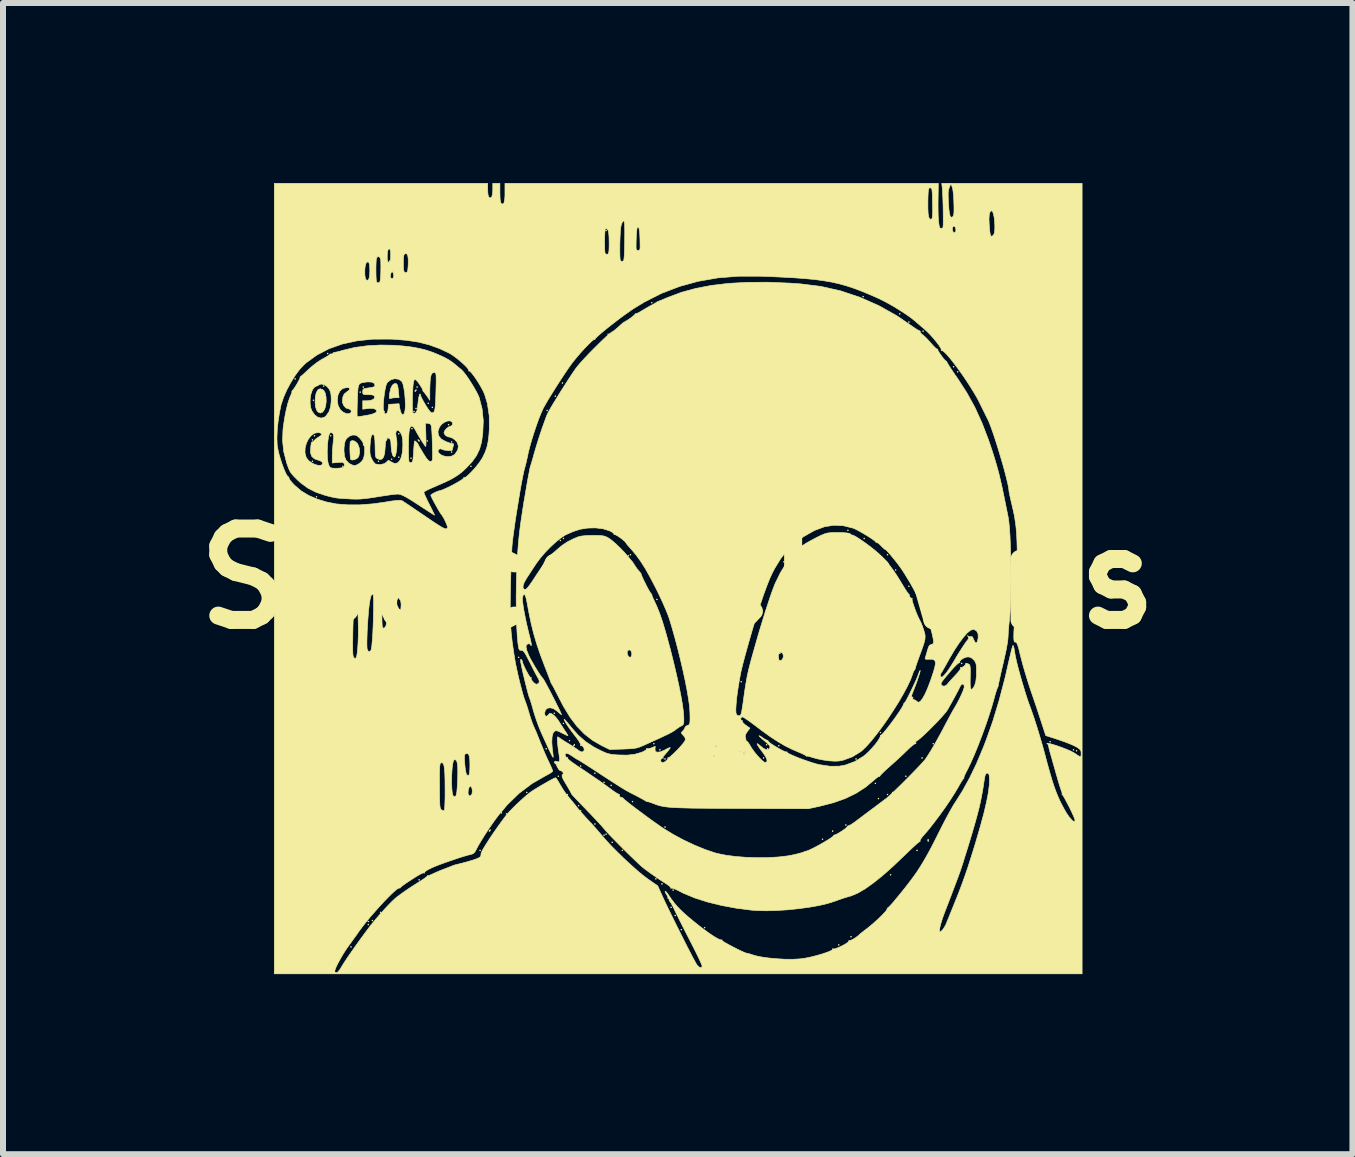
<source format=kicad_pcb>
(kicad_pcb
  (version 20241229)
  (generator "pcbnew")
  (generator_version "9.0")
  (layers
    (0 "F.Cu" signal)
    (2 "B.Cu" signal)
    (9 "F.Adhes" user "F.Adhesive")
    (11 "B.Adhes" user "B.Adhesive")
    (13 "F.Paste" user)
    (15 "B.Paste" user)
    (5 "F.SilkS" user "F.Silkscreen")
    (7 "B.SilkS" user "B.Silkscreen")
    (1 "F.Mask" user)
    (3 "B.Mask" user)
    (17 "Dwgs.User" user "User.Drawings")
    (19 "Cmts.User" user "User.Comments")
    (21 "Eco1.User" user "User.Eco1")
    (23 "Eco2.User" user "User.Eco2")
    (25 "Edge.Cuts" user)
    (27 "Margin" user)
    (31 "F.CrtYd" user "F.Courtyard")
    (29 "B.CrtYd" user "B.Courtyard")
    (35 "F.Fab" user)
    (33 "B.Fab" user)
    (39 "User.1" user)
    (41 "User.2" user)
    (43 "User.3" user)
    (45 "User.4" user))
  (footprint "Space Clowns"
    (layer "F.Cu")
    (at 8.244 6.592)
    (property "Reference" "Space Clowns" (at 0 0 0) (layer "F.SilkS") (effects (font (size 1.524 1.524) (thickness 0.3))))
    (attr through_hole)
    (fp_poly (pts (xy -6.367 -3.327) (xy -6.375 -3.319) (xy -6.384 -3.327) (xy -6.375 -3.336) (xy -6.367 -3.327)) (stroke (width 0.01) (type solid)) (fill yes) (layer "F.SilkS"))
    (fp_poly (pts (xy -6.079 -2.311) (xy -6.088 -2.303) (xy -6.096 -2.311) (xy -6.088 -2.32) (xy -6.079 -2.311)) (stroke (width 0.01) (type solid)) (fill yes) (layer "F.SilkS"))
    (fp_poly (pts (xy -6.079 -1.956) (xy -6.088 -1.947) (xy -6.096 -1.956) (xy -6.088 -1.964) (xy -6.079 -1.956)) (stroke (width 0.01) (type solid)) (fill yes) (layer "F.SilkS"))
    (fp_poly (pts (xy -6.062 -2.972) (xy -6.071 -2.963) (xy -6.079 -2.972) (xy -6.071 -2.98) (xy -6.062 -2.972)) (stroke (width 0.01) (type solid)) (fill yes) (layer "F.SilkS"))
    (fp_poly (pts (xy -6.045 -2.379) (xy -6.054 -2.371) (xy -6.062 -2.379) (xy -6.054 -2.388) (xy -6.045 -2.379)) (stroke (width 0.01) (type solid)) (fill yes) (layer "F.SilkS"))
    (fp_poly (pts (xy -6.011 -1.363) (xy -6.02 -1.355) (xy -6.028 -1.363) (xy -6.02 -1.372) (xy -6.011 -1.363)) (stroke (width 0.01) (type solid)) (fill yes) (layer "F.SilkS"))
    (fp_poly (pts (xy -5.893 -3.209) (xy -5.901 -3.2) (xy -5.91 -3.209) (xy -5.901 -3.217) (xy -5.893 -3.209)) (stroke (width 0.01) (type solid)) (fill yes) (layer "F.SilkS"))
    (fp_poly (pts (xy -5.825 -3.751) (xy -5.834 -3.742) (xy -5.842 -3.751) (xy -5.834 -3.759) (xy -5.825 -3.751)) (stroke (width 0.01) (type solid)) (fill yes) (layer "F.SilkS"))
    (fp_poly (pts (xy -5.774 -2.379) (xy -5.783 -2.371) (xy -5.791 -2.379) (xy -5.783 -2.388) (xy -5.774 -2.379)) (stroke (width 0.01) (type solid)) (fill yes) (layer "F.SilkS"))
    (fp_poly (pts (xy -5.571 -1.871) (xy -5.58 -1.863) (xy -5.588 -1.871) (xy -5.58 -1.88) (xy -5.571 -1.871)) (stroke (width 0.01) (type solid)) (fill yes) (layer "F.SilkS"))
    (fp_poly (pts (xy -5.436 6.138) (xy -5.444 6.147) (xy -5.453 6.138) (xy -5.444 6.13) (xy -5.436 6.138)) (stroke (width 0.01) (type solid)) (fill yes) (layer "F.SilkS"))
    (fp_poly (pts (xy -5.283 -3.107) (xy -5.292 -3.099) (xy -5.3 -3.107) (xy -5.292 -3.116) (xy -5.283 -3.107)) (stroke (width 0.01) (type solid)) (fill yes) (layer "F.SilkS"))
    (fp_poly (pts (xy -5.232 -3.192) (xy -5.241 -3.183) (xy -5.249 -3.192) (xy -5.241 -3.2) (xy -5.232 -3.192)) (stroke (width 0.01) (type solid)) (fill yes) (layer "F.SilkS"))
    (fp_poly (pts (xy -5.148 5.715) (xy -5.156 5.723) (xy -5.165 5.715) (xy -5.156 5.707) (xy -5.148 5.715)) (stroke (width 0.01) (type solid)) (fill yes) (layer "F.SilkS"))
    (fp_poly (pts (xy -5.148 5.766) (xy -5.156 5.774) (xy -5.165 5.766) (xy -5.156 5.757) (xy -5.148 5.766)) (stroke (width 0.01) (type solid)) (fill yes) (layer "F.SilkS"))
    (fp_poly (pts (xy -5.08 5.698) (xy -5.088 5.707) (xy -5.097 5.698) (xy -5.088 5.69) (xy -5.08 5.698)) (stroke (width 0.01) (type solid)) (fill yes) (layer "F.SilkS"))
    (fp_poly (pts (xy -4.978 -1.956) (xy -4.987 -1.947) (xy -4.995 -1.956) (xy -4.987 -1.964) (xy -4.978 -1.956)) (stroke (width 0.01) (type solid)) (fill yes) (layer "F.SilkS"))
    (fp_poly (pts (xy -4.945 5.563) (xy -4.953 5.571) (xy -4.961 5.563) (xy -4.953 5.554) (xy -4.945 5.563)) (stroke (width 0.01) (type solid)) (fill yes) (layer "F.SilkS"))
    (fp_poly (pts (xy -4.792 -5.292) (xy -4.801 -5.283) (xy -4.809 -5.292) (xy -4.801 -5.3) (xy -4.792 -5.292)) (stroke (width 0.01) (type solid)) (fill yes) (layer "F.SilkS"))
    (fp_poly (pts (xy -4.758 -1.99) (xy -4.767 -1.981) (xy -4.775 -1.99) (xy -4.767 -1.998) (xy -4.758 -1.99)) (stroke (width 0.01) (type solid)) (fill yes) (layer "F.SilkS"))
    (fp_poly (pts (xy -4.64 -2.413) (xy -4.648 -2.405) (xy -4.657 -2.413) (xy -4.648 -2.421) (xy -4.64 -2.413)) (stroke (width 0.01) (type solid)) (fill yes) (layer "F.SilkS"))
    (fp_poly (pts (xy -4.64 -2.024) (xy -4.648 -2.015) (xy -4.657 -2.024) (xy -4.648 -2.032) (xy -4.64 -2.024)) (stroke (width 0.01) (type solid)) (fill yes) (layer "F.SilkS"))
    (fp_poly (pts (xy -4.437 -2.007) (xy -4.445 -1.998) (xy -4.453 -2.007) (xy -4.445 -2.015) (xy -4.437 -2.007)) (stroke (width 0.01) (type solid)) (fill yes) (layer "F.SilkS"))
    (fp_poly (pts (xy -4.42 -2.498) (xy -4.428 -2.489) (xy -4.437 -2.498) (xy -4.428 -2.506) (xy -4.42 -2.498)) (stroke (width 0.01) (type solid)) (fill yes) (layer "F.SilkS"))
    (fp_poly (pts (xy -4.386 -2.786) (xy -4.394 -2.777) (xy -4.403 -2.786) (xy -4.394 -2.794) (xy -4.386 -2.786)) (stroke (width 0.01) (type solid)) (fill yes) (layer "F.SilkS"))
    (fp_poly (pts (xy -4.352 -2.836) (xy -4.36 -2.828) (xy -4.369 -2.836) (xy -4.36 -2.845) (xy -4.352 -2.836)) (stroke (width 0.01) (type solid)) (fill yes) (layer "F.SilkS"))
    (fp_poly (pts (xy -4.335 -3.192) (xy -4.343 -3.183) (xy -4.352 -3.192) (xy -4.343 -3.2) (xy -4.335 -3.192)) (stroke (width 0.01) (type solid)) (fill yes) (layer "F.SilkS"))
    (fp_poly (pts (xy -4.301 5.021) (xy -4.31 5.029) (xy -4.318 5.021) (xy -4.31 5.012) (xy -4.301 5.021)) (stroke (width 0.01) (type solid)) (fill yes) (layer "F.SilkS"))
    (fp_poly (pts (xy -4.166 -2.294) (xy -4.174 -2.286) (xy -4.183 -2.294) (xy -4.174 -2.303) (xy -4.166 -2.294)) (stroke (width 0.01) (type solid)) (fill yes) (layer "F.SilkS"))
    (fp_poly (pts (xy -4.149 -2.921) (xy -4.157 -2.913) (xy -4.166 -2.921) (xy -4.157 -2.929) (xy -4.149 -2.921)) (stroke (width 0.01) (type solid)) (fill yes) (layer "F.SilkS"))
    (fp_poly (pts (xy -4.081 -2.853) (xy -4.089 -2.845) (xy -4.098 -2.853) (xy -4.089 -2.862) (xy -4.081 -2.853)) (stroke (width 0.01) (type solid)) (fill yes) (layer "F.SilkS"))
    (fp_poly (pts (xy -3.81 -2.565) (xy -3.818 -2.557) (xy -3.827 -2.565) (xy -3.818 -2.574) (xy -3.81 -2.565)) (stroke (width 0.01) (type solid)) (fill yes) (layer "F.SilkS"))
    (fp_poly (pts (xy -3.759 -2.278) (xy -3.768 -2.269) (xy -3.776 -2.278) (xy -3.768 -2.286) (xy -3.759 -2.278)) (stroke (width 0.01) (type solid)) (fill yes) (layer "F.SilkS"))
    (fp_poly (pts (xy -3.759 -2.108) (xy -3.768 -2.1) (xy -3.776 -2.108) (xy -3.768 -2.117) (xy -3.759 -2.108)) (stroke (width 0.01) (type solid)) (fill yes) (layer "F.SilkS"))
    (fp_poly (pts (xy -3.437 -1.871) (xy -3.446 -1.863) (xy -3.454 -1.871) (xy -3.446 -1.88) (xy -3.437 -1.871)) (stroke (width 0.01) (type solid)) (fill yes) (layer "F.SilkS"))
    (fp_poly (pts (xy -3.285 4.53) (xy -3.294 4.538) (xy -3.302 4.53) (xy -3.294 4.521) (xy -3.285 4.53)) (stroke (width 0.01) (type solid)) (fill yes) (layer "F.SilkS"))
    (fp_poly (pts (xy -2.929 3.903) (xy -2.938 3.912) (xy -2.946 3.903) (xy -2.938 3.895) (xy -2.929 3.903)) (stroke (width 0.01) (type solid)) (fill yes) (layer "F.SilkS"))
    (fp_poly (pts (xy -2.845 3.92) (xy -2.853 3.929) (xy -2.862 3.92) (xy -2.853 3.912) (xy -2.845 3.92)) (stroke (width 0.01) (type solid)) (fill yes) (layer "F.SilkS"))
    (fp_poly (pts (xy -2.642 1.312) (xy -2.65 1.321) (xy -2.659 1.312) (xy -2.65 1.304) (xy -2.642 1.312)) (stroke (width 0.01) (type solid)) (fill yes) (layer "F.SilkS"))
    (fp_poly (pts (xy -2.506 3.564) (xy -2.515 3.573) (xy -2.523 3.564) (xy -2.515 3.556) (xy -2.506 3.564)) (stroke (width 0.01) (type solid)) (fill yes) (layer "F.SilkS"))
    (fp_poly (pts (xy -2.184 2.836) (xy -2.193 2.845) (xy -2.201 2.836) (xy -2.193 2.828) (xy -2.184 2.836)) (stroke (width 0.01) (type solid)) (fill yes) (layer "F.SilkS"))
    (fp_poly (pts (xy -2.167 -2.802) (xy -2.176 -2.794) (xy -2.184 -2.802) (xy -2.176 -2.811) (xy -2.167 -2.802)) (stroke (width 0.01) (type solid)) (fill yes) (layer "F.SilkS"))
    (fp_poly (pts (xy -2.049 2.244) (xy -2.057 2.252) (xy -2.066 2.244) (xy -2.057 2.235) (xy -2.049 2.244)) (stroke (width 0.01) (type solid)) (fill yes) (layer "F.SilkS"))
    (fp_poly (pts (xy -2.032 -3.04) (xy -2.04 -3.031) (xy -2.049 -3.04) (xy -2.04 -3.048) (xy -2.032 -3.04)) (stroke (width 0.01) (type solid)) (fill yes) (layer "F.SilkS"))
    (fp_poly (pts (xy -1.981 3.294) (xy -1.99 3.302) (xy -1.998 3.294) (xy -1.99 3.285) (xy -1.981 3.294)) (stroke (width 0.01) (type solid)) (fill yes) (layer "F.SilkS"))
    (fp_poly (pts (xy -1.947 -0.635) (xy -1.956 -0.627) (xy -1.964 -0.635) (xy -1.956 -0.643) (xy -1.947 -0.635)) (stroke (width 0.01) (type solid)) (fill yes) (layer "F.SilkS"))
    (fp_poly (pts (xy -1.913 -3.26) (xy -1.922 -3.251) (xy -1.93 -3.26) (xy -1.922 -3.268) (xy -1.913 -3.26)) (stroke (width 0.01) (type solid)) (fill yes) (layer "F.SilkS"))
    (fp_poly (pts (xy -1.897 -0.669) (xy -1.905 -0.66) (xy -1.913 -0.669) (xy -1.905 -0.677) (xy -1.897 -0.669)) (stroke (width 0.01) (type solid)) (fill yes) (layer "F.SilkS"))
    (fp_poly (pts (xy -1.897 2.413) (xy -1.905 2.421) (xy -1.913 2.413) (xy -1.905 2.405) (xy -1.897 2.413)) (stroke (width 0.01) (type solid)) (fill yes) (layer "F.SilkS"))
    (fp_poly (pts (xy -1.829 2.989) (xy -1.837 2.997) (xy -1.846 2.989) (xy -1.837 2.98) (xy -1.829 2.989)) (stroke (width 0.01) (type solid)) (fill yes) (layer "F.SilkS"))
    (fp_poly (pts (xy -1.829 3.598) (xy -1.837 3.607) (xy -1.846 3.598) (xy -1.837 3.59) (xy -1.829 3.598)) (stroke (width 0.01) (type solid)) (fill yes) (layer "F.SilkS"))
    (fp_poly (pts (xy -1.795 2.701) (xy -1.803 2.709) (xy -1.812 2.701) (xy -1.803 2.692) (xy -1.795 2.701)) (stroke (width 0.01) (type solid)) (fill yes) (layer "F.SilkS"))
    (fp_poly (pts (xy -1.643 3.785) (xy -1.651 3.793) (xy -1.659 3.785) (xy -1.651 3.776) (xy -1.643 3.785)) (stroke (width 0.01) (type solid)) (fill yes) (layer "F.SilkS"))
    (fp_poly (pts (xy -1.609 3.124) (xy -1.617 3.133) (xy -1.626 3.124) (xy -1.617 3.116) (xy -1.609 3.124)) (stroke (width 0.01) (type solid)) (fill yes) (layer "F.SilkS"))
    (fp_poly (pts (xy -1.609 3.869) (xy -1.617 3.878) (xy -1.626 3.869) (xy -1.617 3.861) (xy -1.609 3.869)) (stroke (width 0.01) (type solid)) (fill yes) (layer "F.SilkS"))
    (fp_poly (pts (xy -1.372 3.243) (xy -1.38 3.251) (xy -1.389 3.243) (xy -1.38 3.234) (xy -1.372 3.243)) (stroke (width 0.01) (type solid)) (fill yes) (layer "F.SilkS"))
    (fp_poly (pts (xy -1.372 4.089) (xy -1.38 4.098) (xy -1.389 4.089) (xy -1.38 4.081) (xy -1.372 4.089)) (stroke (width 0.01) (type solid)) (fill yes) (layer "F.SilkS"))
    (fp_poly (pts (xy -1.219 3.395) (xy -1.228 3.404) (xy -1.236 3.395) (xy -1.228 3.387) (xy -1.219 3.395)) (stroke (width 0.01) (type solid)) (fill yes) (layer "F.SilkS"))
    (fp_poly (pts (xy -1.219 4.276) (xy -1.228 4.284) (xy -1.236 4.276) (xy -1.228 4.267) (xy -1.219 4.276)) (stroke (width 0.01) (type solid)) (fill yes) (layer "F.SilkS"))
    (fp_poly (pts (xy -1.185 -5.8) (xy -1.194 -5.791) (xy -1.202 -5.8) (xy -1.194 -5.808) (xy -1.185 -5.8)) (stroke (width 0.01) (type solid)) (fill yes) (layer "F.SilkS"))
    (fp_poly (pts (xy -1.185 4.259) (xy -1.194 4.267) (xy -1.202 4.259) (xy -1.194 4.25) (xy -1.185 4.259)) (stroke (width 0.01) (type solid)) (fill yes) (layer "F.SilkS"))
    (fp_poly (pts (xy -1.151 -4.072) (xy -1.16 -4.064) (xy -1.168 -4.072) (xy -1.16 -4.081) (xy -1.151 -4.072)) (stroke (width 0.01) (type solid)) (fill yes) (layer "F.SilkS"))
    (fp_poly (pts (xy -1.101 3.446) (xy -1.109 3.454) (xy -1.118 3.446) (xy -1.109 3.437) (xy -1.101 3.446)) (stroke (width 0.01) (type solid)) (fill yes) (layer "F.SilkS"))
    (fp_poly (pts (xy -1.084 4.394) (xy -1.092 4.403) (xy -1.101 4.394) (xy -1.092 4.386) (xy -1.084 4.394)) (stroke (width 0.01) (type solid)) (fill yes) (layer "F.SilkS"))
    (fp_poly (pts (xy -0.914 4.53) (xy -0.923 4.538) (xy -0.931 4.53) (xy -0.923 4.521) (xy -0.914 4.53)) (stroke (width 0.01) (type solid)) (fill yes) (layer "F.SilkS"))
    (fp_poly (pts (xy -0.813 -0.381) (xy -0.821 -0.373) (xy -0.83 -0.381) (xy -0.821 -0.389) (xy -0.813 -0.381)) (stroke (width 0.01) (type solid)) (fill yes) (layer "F.SilkS"))
    (fp_poly (pts (xy -0.779 -0.398) (xy -0.787 -0.389) (xy -0.796 -0.398) (xy -0.787 -0.406) (xy -0.779 -0.398)) (stroke (width 0.01) (type solid)) (fill yes) (layer "F.SilkS"))
    (fp_poly (pts (xy -0.745 3.717) (xy -0.754 3.725) (xy -0.762 3.717) (xy -0.754 3.708) (xy -0.745 3.717)) (stroke (width 0.01) (type solid)) (fill yes) (layer "F.SilkS"))
    (fp_poly (pts (xy -0.423 -4.597) (xy -0.432 -4.589) (xy -0.44 -4.597) (xy -0.432 -4.606) (xy -0.423 -4.597)) (stroke (width 0.01) (type solid)) (fill yes) (layer "F.SilkS"))
    (fp_poly (pts (xy -0.389 2.752) (xy -0.398 2.76) (xy -0.406 2.752) (xy -0.398 2.743) (xy -0.389 2.752)) (stroke (width 0.01) (type solid)) (fill yes) (layer "F.SilkS"))
    (fp_poly (pts (xy -0.356 5.004) (xy -0.364 5.012) (xy -0.373 5.004) (xy -0.364 4.995) (xy -0.356 5.004)) (stroke (width 0.01) (type solid)) (fill yes) (layer "F.SilkS"))
    (fp_poly (pts (xy -0.339 0.347) (xy -0.347 0.356) (xy -0.356 0.347) (xy -0.347 0.339) (xy -0.339 0.347)) (stroke (width 0.01) (type solid)) (fill yes) (layer "F.SilkS"))
    (fp_poly (pts (xy -0.288 2.853) (xy -0.296 2.862) (xy -0.305 2.853) (xy -0.296 2.845) (xy -0.288 2.853)) (stroke (width 0.01) (type solid)) (fill yes) (layer "F.SilkS"))
    (fp_poly (pts (xy -0.254 5.088) (xy -0.262 5.097) (xy -0.271 5.088) (xy -0.262 5.08) (xy -0.254 5.088)) (stroke (width 0.01) (type solid)) (fill yes) (layer "F.SilkS"))
    (fp_poly (pts (xy -0.237 2.989) (xy -0.246 2.997) (xy -0.254 2.989) (xy -0.246 2.98) (xy -0.237 2.989)) (stroke (width 0.01) (type solid)) (fill yes) (layer "F.SilkS"))
    (fp_poly (pts (xy -0.203 3.006) (xy -0.212 3.014) (xy -0.22 3.006) (xy -0.212 2.997) (xy -0.203 3.006)) (stroke (width 0.01) (type solid)) (fill yes) (layer "F.SilkS"))
    (fp_poly (pts (xy -0.203 4.14) (xy -0.212 4.149) (xy -0.22 4.14) (xy -0.212 4.132) (xy -0.203 4.14)) (stroke (width 0.01) (type solid)) (fill yes) (layer "F.SilkS"))
    (fp_poly (pts (xy -0.102 5.478) (xy -0.11 5.486) (xy -0.119 5.478) (xy -0.11 5.469) (xy -0.102 5.478)) (stroke (width 0.01) (type solid)) (fill yes) (layer "F.SilkS"))
    (fp_poly (pts (xy -0.068 5.19) (xy -0.076 5.199) (xy -0.085 5.19) (xy -0.076 5.182) (xy -0.068 5.19)) (stroke (width 0.01) (type solid)) (fill yes) (layer "F.SilkS"))
    (fp_poly (pts (xy -0.034 5.613) (xy -0.042 5.622) (xy -0.051 5.613) (xy -0.042 5.605) (xy -0.034 5.613)) (stroke (width 0.01) (type solid)) (fill yes) (layer "F.SilkS"))
    (fp_poly (pts (xy 0.068 5.85) (xy 0.059 5.859) (xy 0.051 5.85) (xy 0.059 5.842) (xy 0.068 5.85)) (stroke (width 0.01) (type solid)) (fill yes) (layer "F.SilkS"))
    (fp_poly (pts (xy 0.457 5.817) (xy 0.449 5.825) (xy 0.44 5.817) (xy 0.449 5.808) (xy 0.457 5.817)) (stroke (width 0.01) (type solid)) (fill yes) (layer "F.SilkS"))
    (fp_poly (pts (xy 1.067 1.719) (xy 1.058 1.727) (xy 1.05 1.719) (xy 1.058 1.71) (xy 1.067 1.719)) (stroke (width 0.01) (type solid)) (fill yes) (layer "F.SilkS"))
    (fp_poly (pts (xy 1.355 0.635) (xy 1.346 0.643) (xy 1.338 0.635) (xy 1.346 0.627) (xy 1.355 0.635)) (stroke (width 0.01) (type solid)) (fill yes) (layer "F.SilkS"))
    (fp_poly (pts (xy 1.439 2.989) (xy 1.431 2.997) (xy 1.422 2.989) (xy 1.431 2.98) (xy 1.439 2.989)) (stroke (width 0.01) (type solid)) (fill yes) (layer "F.SilkS"))
    (fp_poly (pts (xy 1.49 2.769) (xy 1.482 2.777) (xy 1.473 2.769) (xy 1.482 2.76) (xy 1.49 2.769)) (stroke (width 0.01) (type solid)) (fill yes) (layer "F.SilkS"))
    (fp_poly (pts (xy 1.507 2.836) (xy 1.499 2.845) (xy 1.49 2.836) (xy 1.499 2.828) (xy 1.507 2.836)) (stroke (width 0.01) (type solid)) (fill yes) (layer "F.SilkS"))
    (fp_poly (pts (xy 1.693 2.786) (xy 1.685 2.794) (xy 1.676 2.786) (xy 1.685 2.777) (xy 1.693 2.786)) (stroke (width 0.01) (type solid)) (fill yes) (layer "F.SilkS"))
    (fp_poly (pts (xy 1.71 1.245) (xy 1.702 1.253) (xy 1.693 1.245) (xy 1.702 1.236) (xy 1.71 1.245)) (stroke (width 0.01) (type solid)) (fill yes) (layer "F.SilkS"))
    (fp_poly (pts (xy 1.778 -0.279) (xy 1.77 -0.271) (xy 1.761 -0.279) (xy 1.77 -0.288) (xy 1.778 -0.279)) (stroke (width 0.01) (type solid)) (fill yes) (layer "F.SilkS"))
    (fp_poly (pts (xy 2.421 4.343) (xy 2.413 4.352) (xy 2.405 4.343) (xy 2.413 4.335) (xy 2.421 4.343)) (stroke (width 0.01) (type solid)) (fill yes) (layer "F.SilkS"))
    (fp_poly (pts (xy 2.591 4.208) (xy 2.582 4.216) (xy 2.574 4.208) (xy 2.582 4.199) (xy 2.591 4.208)) (stroke (width 0.01) (type solid)) (fill yes) (layer "F.SilkS"))
    (fp_poly (pts (xy 2.692 6.104) (xy 2.684 6.113) (xy 2.675 6.104) (xy 2.684 6.096) (xy 2.692 6.104)) (stroke (width 0.01) (type solid)) (fill yes) (layer "F.SilkS"))
    (fp_poly (pts (xy 2.811 4.106) (xy 2.802 4.115) (xy 2.794 4.106) (xy 2.802 4.098) (xy 2.811 4.106)) (stroke (width 0.01) (type solid)) (fill yes) (layer "F.SilkS"))
    (fp_poly (pts (xy 2.845 -0.804) (xy 2.836 -0.796) (xy 2.828 -0.804) (xy 2.836 -0.813) (xy 2.845 -0.804)) (stroke (width 0.01) (type solid)) (fill yes) (layer "F.SilkS"))
    (fp_poly (pts (xy 2.896 5.969) (xy 2.887 5.977) (xy 2.879 5.969) (xy 2.887 5.961) (xy 2.896 5.969)) (stroke (width 0.01) (type solid)) (fill yes) (layer "F.SilkS"))
    (fp_poly (pts (xy 2.98 3.006) (xy 2.972 3.014) (xy 2.963 3.006) (xy 2.972 2.997) (xy 2.98 3.006)) (stroke (width 0.01) (type solid)) (fill yes) (layer "F.SilkS"))
    (fp_poly (pts (xy 3.099 -4.699) (xy 3.09 -4.691) (xy 3.082 -4.699) (xy 3.09 -4.707) (xy 3.099 -4.699)) (stroke (width 0.01) (type solid)) (fill yes) (layer "F.SilkS"))
    (fp_poly (pts (xy 3.116 -0.669) (xy 3.107 -0.66) (xy 3.099 -0.669) (xy 3.107 -0.677) (xy 3.116 -0.669)) (stroke (width 0.01) (type solid)) (fill yes) (layer "F.SilkS"))
    (fp_poly (pts (xy 3.302 3.412) (xy 3.294 3.421) (xy 3.285 3.412) (xy 3.294 3.404) (xy 3.302 3.412)) (stroke (width 0.01) (type solid)) (fill yes) (layer "F.SilkS"))
    (fp_poly (pts (xy 3.353 3.666) (xy 3.344 3.675) (xy 3.336 3.666) (xy 3.344 3.658) (xy 3.353 3.666)) (stroke (width 0.01) (type solid)) (fill yes) (layer "F.SilkS"))
    (fp_poly (pts (xy 3.387 2.565) (xy 3.378 2.574) (xy 3.37 2.565) (xy 3.378 2.557) (xy 3.387 2.565)) (stroke (width 0.01) (type solid)) (fill yes) (layer "F.SilkS"))
    (fp_poly (pts (xy 3.505 -0.398) (xy 3.497 -0.389) (xy 3.488 -0.398) (xy 3.497 -0.406) (xy 3.505 -0.398)) (stroke (width 0.01) (type solid)) (fill yes) (layer "F.SilkS"))
    (fp_poly (pts (xy 3.505 3.598) (xy 3.497 3.607) (xy 3.488 3.598) (xy 3.497 3.59) (xy 3.505 3.598)) (stroke (width 0.01) (type solid)) (fill yes) (layer "F.SilkS"))
    (fp_poly (pts (xy 3.556 4.936) (xy 3.548 4.945) (xy 3.539 4.936) (xy 3.548 4.928) (xy 3.556 4.936)) (stroke (width 0.01) (type solid)) (fill yes) (layer "F.SilkS"))
    (fp_poly (pts (xy 3.59 3.564) (xy 3.581 3.573) (xy 3.573 3.564) (xy 3.581 3.556) (xy 3.59 3.564)) (stroke (width 0.01) (type solid)) (fill yes) (layer "F.SilkS"))
    (fp_poly (pts (xy 3.641 -0.144) (xy 3.632 -0.135) (xy 3.624 -0.144) (xy 3.632 -0.152) (xy 3.641 -0.144)) (stroke (width 0.01) (type solid)) (fill yes) (layer "F.SilkS"))
    (fp_poly (pts (xy 3.708 -4.411) (xy 3.7 -4.403) (xy 3.691 -4.411) (xy 3.7 -4.42) (xy 3.708 -4.411)) (stroke (width 0.01) (type solid)) (fill yes) (layer "F.SilkS"))
    (fp_poly (pts (xy 3.81 3.294) (xy 3.802 3.302) (xy 3.793 3.294) (xy 3.802 3.285) (xy 3.81 3.294)) (stroke (width 0.01) (type solid)) (fill yes) (layer "F.SilkS"))
    (fp_poly (pts (xy 3.861 -4.276) (xy 3.852 -4.267) (xy 3.844 -4.276) (xy 3.852 -4.284) (xy 3.861 -4.276)) (stroke (width 0.01) (type solid)) (fill yes) (layer "F.SilkS"))
    (fp_poly (pts (xy 3.861 0.127) (xy 3.852 0.135) (xy 3.844 0.127) (xy 3.852 0.119) (xy 3.861 0.127)) (stroke (width 0.01) (type solid)) (fill yes) (layer "F.SilkS"))
    (fp_poly (pts (xy 3.996 4.53) (xy 3.988 4.538) (xy 3.979 4.53) (xy 3.988 4.521) (xy 3.996 4.53)) (stroke (width 0.01) (type solid)) (fill yes) (layer "F.SilkS"))
    (fp_poly (pts (xy 4.081 2.989) (xy 4.072 2.997) (xy 4.064 2.989) (xy 4.072 2.98) (xy 4.081 2.989)) (stroke (width 0.01) (type solid)) (fill yes) (layer "F.SilkS"))
    (fp_poly (pts (xy 4.098 -4.123) (xy 4.089 -4.115) (xy 4.081 -4.123) (xy 4.089 -4.132) (xy 4.098 -4.123)) (stroke (width 0.01) (type solid)) (fill yes) (layer "F.SilkS"))
    (fp_poly (pts (xy 4.115 0.652) (xy 4.106 0.66) (xy 4.098 0.652) (xy 4.106 0.643) (xy 4.115 0.652)) (stroke (width 0.01) (type solid)) (fill yes) (layer "F.SilkS"))
    (fp_poly (pts (xy 4.267 2.752) (xy 4.259 2.76) (xy 4.25 2.752) (xy 4.259 2.743) (xy 4.267 2.752)) (stroke (width 0.01) (type solid)) (fill yes) (layer "F.SilkS"))
    (fp_poly (pts (xy 4.606 -3.531) (xy 4.597 -3.522) (xy 4.589 -3.531) (xy 4.597 -3.539) (xy 4.606 -3.531)) (stroke (width 0.01) (type solid)) (fill yes) (layer "F.SilkS"))
    (fp_poly (pts (xy 4.674 -3.446) (xy 4.665 -3.437) (xy 4.657 -3.446) (xy 4.665 -3.454) (xy 4.674 -3.446)) (stroke (width 0.01) (type solid)) (fill yes) (layer "F.SilkS"))
    (fp_poly (pts (xy 4.741 1.414) (xy 4.733 1.422) (xy 4.724 1.414) (xy 4.733 1.405) (xy 4.741 1.414)) (stroke (width 0.01) (type solid)) (fill yes) (layer "F.SilkS"))
    (fp_poly (pts (xy 6.215 2.718) (xy 6.206 2.726) (xy 6.198 2.718) (xy 6.206 2.709) (xy 6.215 2.718)) (stroke (width 0.01) (type solid)) (fill yes) (layer "F.SilkS"))
    (fp_poly (pts (xy 6.604 2.853) (xy 6.596 2.862) (xy 6.587 2.853) (xy 6.596 2.845) (xy 6.604 2.853)) (stroke (width 0.01) (type solid)) (fill yes) (layer "F.SilkS"))
    (fp_poly (pts (xy 6.655 2.87) (xy 6.646 2.879) (xy 6.638 2.87) (xy 6.646 2.862) (xy 6.655 2.87)) (stroke (width 0.01) (type solid)) (fill yes) (layer "F.SilkS"))
    (fp_poly (pts (xy 4.177 4.349) (xy 4.179 4.375) (xy 4.176 4.381) (xy 4.168 4.376) (xy 4.167 4.359) (xy 4.171 4.341) (xy 4.177 4.349)) (stroke (width 0.01) (type solid)) (fill yes) (layer "F.SilkS"))
    (fp_poly (pts (xy -4.321 -2.313) (xy -4.302 -2.296) (xy -4.306 -2.286) (xy -4.309 -2.286) (xy -4.323 -2.298) (xy -4.328 -2.306) (xy -4.33 -2.317) (xy -4.321 -2.313)) (stroke (width 0.01) (type solid)) (fill yes) (layer "F.SilkS"))
    (fp_poly (pts (xy -4.357 -3.139) (xy -4.36 -3.133) (xy -4.376 -3.116) (xy -4.379 -3.116) (xy -4.38 -3.127) (xy -4.377 -3.133) (xy -4.361 -3.149) (xy -4.358 -3.15) (xy -4.357 -3.139)) (stroke (width 0.01) (type solid)) (fill yes) (layer "F.SilkS"))
    (fp_poly (pts (xy -3.121 4.193) (xy -3.124 4.199) (xy -3.14 4.216) (xy -3.143 4.216) (xy -3.144 4.205) (xy -3.141 4.199) (xy -3.125 4.183) (xy -3.122 4.183) (xy -3.121 4.193)) (stroke (width 0.01) (type solid)) (fill yes) (layer "F.SilkS"))
    (fp_poly (pts (xy -1.716 2.771) (xy -1.719 2.777) (xy -1.735 2.793) (xy -1.738 2.794) (xy -1.739 2.783) (xy -1.736 2.777) (xy -1.72 2.761) (xy -1.717 2.76) (xy -1.716 2.771)) (stroke (width 0.01) (type solid)) (fill yes) (layer "F.SilkS"))
    (fp_poly (pts (xy -4.687 -3.247) (xy -4.673 -3.229) (xy -4.663 -3.193) (xy -4.655 -3.131) (xy -4.651 -3.095) (xy -4.644 -3.014) (xy -4.7 -3.014) (xy -4.748 -3.011) (xy -4.784 -3.003) (xy -4.8 -3) (xy -4.807 -3.013) (xy -4.805 -3.047) (xy -4.801 -3.084) (xy -4.783 -3.168) (xy -4.755 -3.224) (xy -4.719 -3.25) (xy -4.707 -3.251) (xy -4.687 -3.247)) (stroke (width 0.01) (type solid)) (fill yes) (layer "F.SilkS"))
    (fp_poly (pts (xy -5.915 -3.149) (xy -5.894 -3.13) (xy -5.872 -3.086) (xy -5.86 -3.021) (xy -5.858 -2.946) (xy -5.868 -2.873) (xy -5.886 -2.818) (xy -5.919 -2.773) (xy -5.958 -2.759) (xy -5.995 -2.777) (xy -6.019 -2.81) (xy -6.037 -2.868) (xy -6.043 -2.944) (xy -6.039 -3.025) (xy -6.024 -3.097) (xy -6.023 -3.099) (xy -5.995 -3.147) (xy -5.958 -3.164) (xy -5.915 -3.149)) (stroke (width 0.01) (type solid)) (fill yes) (layer "F.SilkS"))
    (fp_poly (pts (xy -5.389 -2.293) (xy -5.35 -2.265) (xy -5.33 -2.238) (xy -5.307 -2.176) (xy -5.301 -2.107) (xy -5.313 -2.045) (xy -5.325 -2.021) (xy -5.353 -1.997) (xy -5.391 -1.981) (xy -5.427 -1.975) (xy -5.449 -1.984) (xy -5.451 -1.989) (xy -5.457 -2.032) (xy -5.461 -2.091) (xy -5.463 -2.156) (xy -5.462 -2.217) (xy -5.46 -2.263) (xy -5.455 -2.284) (xy -5.427 -2.3) (xy -5.389 -2.293)) (stroke (width 0.01) (type solid)) (fill yes) (layer "F.SilkS"))
    (fp_poly (pts (xy -4.725 -3.888) (xy -4.586 -3.877) (xy -4.434 -3.859) (xy -4.306 -3.836) (xy -4.191 -3.807) (xy -4.079 -3.769) (xy -3.997 -3.735) (xy -3.899 -3.691) (xy -3.824 -3.651) (xy -3.76 -3.609) (xy -3.698 -3.559) (xy -3.675 -3.539) (xy -3.636 -3.507) (xy -3.605 -3.482) (xy -3.575 -3.451) (xy -3.533 -3.398) (xy -3.484 -3.328) (xy -3.434 -3.25) (xy -3.386 -3.17) (xy -3.345 -3.096) (xy -3.316 -3.035) (xy -3.309 -3.017) (xy -3.26 -2.829) (xy -3.24 -2.63) (xy -3.249 -2.418) (xy -3.269 -2.275) (xy -3.303 -2.155) (xy -3.353 -2.05) (xy -3.425 -1.949) (xy -3.517 -1.85) (xy -3.578 -1.792) (xy -3.638 -1.743) (xy -3.703 -1.699) (xy -3.779 -1.655) (xy -3.871 -1.61) (xy -3.987 -1.559) (xy -4.072 -1.522) (xy -4.138 -1.493) (xy -4.19 -1.468) (xy -4.223 -1.448) (xy -4.23 -1.441) (xy -4.225 -1.42) (xy -4.207 -1.376) (xy -4.178 -1.314) (xy -4.143 -1.243) (xy -4.142 -1.242) (xy -4.106 -1.171) (xy -4.078 -1.113) (xy -4.059 -1.073) (xy -4.052 -1.057) (xy -4.052 -1.057) (xy -4.067 -1.065) (xy -4.104 -1.088) (xy -4.16 -1.124) (xy -4.229 -1.169) (xy -4.259 -1.188) (xy -4.369 -1.26) (xy -4.455 -1.315) (xy -4.522 -1.355) (xy -4.574 -1.382) (xy -4.614 -1.399) (xy -4.648 -1.407) (xy -4.674 -1.408) (xy -4.711 -1.405) (xy -4.774 -1.398) (xy -4.855 -1.386) (xy -4.949 -1.372) (xy -5.004 -1.363) (xy -5.118 -1.345) (xy -5.21 -1.333) (xy -5.288 -1.326) (xy -5.362 -1.324) (xy -5.443 -1.326) (xy -5.469 -1.328) (xy -5.563 -1.333) (xy -5.633 -1.338) (xy -5.688 -1.344) (xy -5.739 -1.353) (xy -5.794 -1.366) (xy -5.864 -1.384) (xy -5.868 -1.385) (xy -6.026 -1.438) (xy -6.161 -1.506) (xy -6.283 -1.595) (xy -6.341 -1.648) (xy -6.398 -1.705) (xy -6.437 -1.75) (xy -6.465 -1.793) (xy -6.488 -1.845) (xy -6.513 -1.916) (xy -6.519 -1.936) (xy -6.561 -2.099) (xy -6.212 -2.099) (xy -6.194 -2.027) (xy -6.182 -2.005) (xy -6.147 -1.963) (xy -6.098 -1.928) (xy -6.045 -1.902) (xy -5.993 -1.887) (xy -5.951 -1.886) (xy -5.924 -1.902) (xy -5.918 -1.921) (xy -5.93 -1.948) (xy -5.968 -1.966) (xy -5.977 -1.969) (xy -6.052 -1.995) (xy -6.098 -2.035) (xy -6.118 -2.091) (xy -6.119 -2.112) (xy -5.841 -2.112) (xy -5.838 -2.005) (xy -5.826 -1.923) (xy -5.806 -1.869) (xy -5.786 -1.848) (xy -5.75 -1.84) (xy -5.695 -1.838) (xy -5.636 -1.841) (xy -5.587 -1.849) (xy -5.568 -1.856) (xy -5.555 -1.88) (xy -5.558 -1.913) (xy -5.575 -1.935) (xy -5.575 -1.935) (xy -5.604 -1.938) (xy -5.652 -1.937) (xy -5.677 -1.934) (xy -5.757 -1.926) (xy -5.757 -2.042) (xy -5.754 -2.125) (xy -5.753 -2.134) (xy -5.562 -2.134) (xy -5.553 -2.038) (xy -5.525 -1.969) (xy -5.477 -1.92) (xy -5.445 -1.903) (xy -5.407 -1.887) (xy -5.384 -1.883) (xy -5.359 -1.89) (xy -5.325 -1.906) (xy -5.275 -1.943) (xy -5.242 -1.989) (xy -5.228 -2.033) (xy -5.219 -2.087) (xy -5.216 -2.142) (xy -5.216 -2.144) (xy -5.13 -2.144) (xy -5.128 -2.089) (xy -5.12 -2.047) (xy -5.105 -2.006) (xy -5.098 -1.992) (xy -5.071 -1.946) (xy -5.044 -1.915) (xy -5.032 -1.908) (xy -4.954 -1.899) (xy -4.889 -1.916) (xy -4.888 -1.916) (xy -4.854 -1.94) (xy -4.838 -1.958) (xy -4.823 -1.97) (xy -4.798 -1.96) (xy -4.776 -1.945) (xy -4.722 -1.919) (xy -4.674 -1.925) (xy -4.636 -1.96) (xy -4.606 -2.023) (xy -4.587 -2.113) (xy -4.585 -2.156) (xy -4.487 -2.156) (xy -4.486 -2.077) (xy -4.484 -2.009) (xy -4.48 -1.962) (xy -4.475 -1.941) (xy -4.45 -1.933) (xy -4.437 -1.934) (xy -4.425 -1.943) (xy -4.415 -1.969) (xy -4.409 -2.016) (xy -4.403 -2.09) (xy -4.402 -2.112) (xy -4.397 -2.185) (xy -4.392 -2.245) (xy -4.387 -2.283) (xy -4.384 -2.294) (xy -4.369 -2.289) (xy -4.347 -2.268) (xy -4.329 -2.245) (xy -4.325 -2.235) (xy -4.317 -2.218) (xy -4.295 -2.179) (xy -4.262 -2.124) (xy -4.241 -2.088) (xy -4.191 -2.01) (xy -4.151 -1.964) (xy -4.12 -1.948) (xy -4.098 -1.961) (xy -4.09 -1.977) (xy -4.087 -2.002) (xy -4.086 -2.054) (xy -4.086 -2.125) (xy -4.087 -2.127) (xy -3.996 -2.127) (xy -3.981 -2.092) (xy -3.941 -2.06) (xy -3.885 -2.039) (xy -3.832 -2.032) (xy -3.775 -2.038) (xy -3.732 -2.059) (xy -3.707 -2.081) (xy -3.666 -2.142) (xy -3.655 -2.207) (xy -3.675 -2.269) (xy -3.71 -2.31) (xy -3.749 -2.338) (xy -3.78 -2.353) (xy -3.785 -2.354) (xy -3.834 -2.364) (xy -3.875 -2.391) (xy -3.894 -2.425) (xy -3.895 -2.431) (xy -3.881 -2.468) (xy -3.849 -2.505) (xy -3.809 -2.533) (xy -3.784 -2.54) (xy -3.76 -2.554) (xy -3.752 -2.584) (xy -3.759 -2.607) (xy -3.789 -2.628) (xy -3.833 -2.627) (xy -3.884 -2.607) (xy -3.932 -2.573) (xy -3.969 -2.527) (xy -3.972 -2.521) (xy -3.996 -2.449) (xy -3.987 -2.385) (xy -3.946 -2.331) (xy -3.945 -2.33) (xy -3.904 -2.304) (xy -3.85 -2.278) (xy -3.795 -2.258) (xy -3.752 -2.248) (xy -3.739 -2.249) (xy -3.736 -2.236) (xy -3.742 -2.203) (xy -3.744 -2.197) (xy -3.754 -2.159) (xy -3.759 -2.139) (xy -3.759 -2.138) (xy -3.774 -2.133) (xy -3.81 -2.132) (xy -3.854 -2.136) (xy -3.896 -2.143) (xy -3.922 -2.151) (xy -3.924 -2.153) (xy -3.954 -2.164) (xy -3.983 -2.153) (xy -3.996 -2.127) (xy -4.087 -2.127) (xy -4.088 -2.209) (xy -4.091 -2.297) (xy -4.094 -2.382) (xy -4.098 -2.458) (xy -4.103 -2.517) (xy -4.107 -2.549) (xy -4.128 -2.579) (xy -4.158 -2.587) (xy -4.203 -2.591) (xy -4.197 -2.396) (xy -4.195 -2.319) (xy -4.195 -2.257) (xy -4.197 -2.216) (xy -4.199 -2.201) (xy -4.213 -2.215) (xy -4.238 -2.251) (xy -4.271 -2.301) (xy -4.306 -2.359) (xy -4.34 -2.417) (xy -4.367 -2.467) (xy -4.367 -2.468) (xy -4.401 -2.522) (xy -4.43 -2.542) (xy -4.454 -2.529) (xy -4.471 -2.483) (xy -4.476 -2.451) (xy -4.481 -2.395) (xy -4.484 -2.322) (xy -4.486 -2.24) (xy -4.487 -2.156) (xy -4.585 -2.156) (xy -4.581 -2.226) (xy -4.581 -2.227) (xy -4.584 -2.315) (xy -4.595 -2.378) (xy -4.611 -2.417) (xy -4.642 -2.46) (xy -4.67 -2.473) (xy -4.69 -2.458) (xy -4.699 -2.42) (xy -4.692 -2.361) (xy -4.689 -2.348) (xy -4.681 -2.297) (xy -4.679 -2.235) (xy -4.682 -2.17) (xy -4.69 -2.109) (xy -4.701 -2.06) (xy -4.714 -2.03) (xy -4.727 -2.025) (xy -4.752 -2.058) (xy -4.768 -2.121) (xy -4.777 -2.21) (xy -4.777 -2.219) (xy -4.781 -2.281) (xy -4.791 -2.317) (xy -4.809 -2.337) (xy -4.812 -2.338) (xy -4.839 -2.346) (xy -4.846 -2.326) (xy -4.845 -2.316) (xy -4.855 -2.303) (xy -4.857 -2.303) (xy -4.865 -2.287) (xy -4.871 -2.247) (xy -4.875 -2.191) (xy -4.883 -2.093) (xy -4.901 -2.027) (xy -4.929 -1.991) (xy -4.968 -1.985) (xy -5.003 -1.998) (xy -5.02 -2.009) (xy -5.032 -2.025) (xy -5.038 -2.053) (xy -5.041 -2.1) (xy -5.043 -2.172) (xy -5.043 -2.197) (xy -5.046 -2.295) (xy -5.053 -2.361) (xy -5.066 -2.396) (xy -5.084 -2.403) (xy -5.099 -2.392) (xy -5.108 -2.368) (xy -5.117 -2.318) (xy -5.124 -2.253) (xy -5.127 -2.221) (xy -5.13 -2.144) (xy -5.216 -2.144) (xy -5.218 -2.188) (xy -5.227 -2.215) (xy -5.233 -2.218) (xy -5.243 -2.229) (xy -5.24 -2.236) (xy -5.243 -2.261) (xy -5.264 -2.297) (xy -5.297 -2.338) (xy -5.334 -2.372) (xy -5.362 -2.389) (xy -5.417 -2.393) (xy -5.473 -2.372) (xy -5.52 -2.331) (xy -5.54 -2.298) (xy -5.552 -2.251) (xy -5.56 -2.187) (xy -5.562 -2.134) (xy -5.753 -2.134) (xy -5.747 -2.218) (xy -5.741 -2.278) (xy -5.734 -2.344) (xy -5.734 -2.386) (xy -5.742 -2.411) (xy -5.75 -2.421) (xy -5.778 -2.436) (xy -5.8 -2.42) (xy -5.818 -2.372) (xy -5.83 -2.292) (xy -5.835 -2.242) (xy -5.841 -2.112) (xy -6.119 -2.112) (xy -6.119 -2.12) (xy -6.115 -2.197) (xy -6.108 -2.25) (xy -6.099 -2.275) (xy -6.093 -2.276) (xy -6.076 -2.282) (xy -6.059 -2.3) (xy -6.029 -2.329) (xy -5.985 -2.358) (xy -5.981 -2.361) (xy -5.941 -2.388) (xy -5.934 -2.412) (xy -5.96 -2.428) (xy -5.991 -2.434) (xy -6.051 -2.423) (xy -6.107 -2.385) (xy -6.153 -2.327) (xy -6.188 -2.256) (xy -6.209 -2.177) (xy -6.212 -2.099) (xy -6.561 -2.099) (xy -6.566 -2.116) (xy -6.585 -2.297) (xy -6.578 -2.487) (xy -6.571 -2.544) (xy -6.551 -2.676) (xy -6.527 -2.8) (xy -6.5 -2.91) (xy -6.498 -2.918) (xy -6.126 -2.918) (xy -6.115 -2.844) (xy -6.096 -2.794) (xy -6.051 -2.729) (xy -5.997 -2.688) (xy -5.941 -2.675) (xy -5.887 -2.69) (xy -5.86 -2.712) (xy -5.813 -2.778) (xy -5.785 -2.859) (xy -5.774 -2.96) (xy -5.774 -2.971) (xy -5.673 -2.971) (xy -5.659 -2.881) (xy -5.619 -2.81) (xy -5.573 -2.772) (xy -5.517 -2.747) (xy -5.497 -2.748) (xy -5.343 -2.748) (xy -5.342 -2.713) (xy -5.34 -2.706) (xy -5.335 -2.701) (xy -5.322 -2.7) (xy -5.297 -2.702) (xy -5.252 -2.709) (xy -5.182 -2.721) (xy -5.148 -2.727) (xy -5.092 -2.741) (xy -5.046 -2.759) (xy -5.03 -2.77) (xy -5.013 -2.792) (xy -5.024 -2.81) (xy -5.036 -2.82) (xy -5.072 -2.835) (xy -5.127 -2.837) (xy -5.159 -2.834) (xy -5.249 -2.823) (xy -5.249 -2.872) (xy -4.907 -2.872) (xy -4.906 -2.824) (xy -4.899 -2.799) (xy -4.897 -2.798) (xy -4.886 -2.78) (xy -4.889 -2.766) (xy -4.888 -2.747) (xy -4.867 -2.746) (xy -4.844 -2.76) (xy -4.831 -2.795) (xy -4.826 -2.828) (xy -4.818 -2.904) (xy -4.731 -2.909) (xy -4.644 -2.914) (xy -4.633 -2.842) (xy -4.616 -2.774) (xy -4.596 -2.737) (xy -4.575 -2.731) (xy -4.557 -2.754) (xy -4.544 -2.805) (xy -4.539 -2.875) (xy -4.422 -2.875) (xy -4.42 -2.813) (xy -4.417 -2.774) (xy -4.414 -2.765) (xy -4.39 -2.752) (xy -4.364 -2.765) (xy -4.346 -2.799) (xy -4.339 -2.835) (xy -4.332 -2.892) (xy -4.325 -2.951) (xy -4.317 -3.01) (xy -4.307 -3.055) (xy -4.298 -3.075) (xy -4.298 -3.075) (xy -4.287 -3.074) (xy -4.288 -3.069) (xy -4.283 -3.045) (xy -4.263 -3.001) (xy -4.233 -2.945) (xy -4.198 -2.886) (xy -4.163 -2.831) (xy -4.132 -2.789) (xy -4.111 -2.768) (xy -4.109 -2.767) (xy -4.085 -2.763) (xy -4.068 -2.77) (xy -4.054 -2.792) (xy -4.045 -2.834) (xy -4.038 -2.899) (xy -4.033 -2.99) (xy -4.03 -3.089) (xy -4.027 -3.206) (xy -4.025 -3.294) (xy -4.026 -3.357) (xy -4.028 -3.398) (xy -4.034 -3.422) (xy -4.044 -3.433) (xy -4.057 -3.436) (xy -4.069 -3.434) (xy -4.092 -3.423) (xy -4.109 -3.394) (xy -4.121 -3.343) (xy -4.127 -3.267) (xy -4.131 -3.162) (xy -4.131 -3.133) (xy -4.132 -2.972) (xy -4.177 -3.04) (xy -4.208 -3.082) (xy -4.233 -3.113) (xy -4.241 -3.12) (xy -4.25 -3.131) (xy -4.246 -3.132) (xy -4.248 -3.145) (xy -4.265 -3.179) (xy -4.295 -3.226) (xy -4.295 -3.226) (xy -4.332 -3.279) (xy -4.361 -3.311) (xy -4.382 -3.318) (xy -4.397 -3.299) (xy -4.407 -3.253) (xy -4.414 -3.177) (xy -4.419 -3.069) (xy -4.42 -3.048) (xy -4.422 -2.956) (xy -4.422 -2.875) (xy -4.539 -2.875) (xy -4.539 -2.883) (xy -4.539 -2.885) (xy -4.542 -2.987) (xy -4.55 -3.085) (xy -4.563 -3.171) (xy -4.578 -3.239) (xy -4.595 -3.281) (xy -4.599 -3.287) (xy -4.651 -3.322) (xy -4.714 -3.331) (xy -4.776 -3.316) (xy -4.83 -3.277) (xy -4.849 -3.251) (xy -4.862 -3.215) (xy -4.875 -3.159) (xy -4.887 -3.088) (xy -4.897 -3.012) (xy -4.904 -2.938) (xy -4.907 -2.872) (xy -5.249 -2.872) (xy -5.249 -2.963) (xy -5.176 -2.963) (xy -5.113 -2.971) (xy -5.068 -2.99) (xy -5.049 -3.018) (xy -5.051 -3.037) (xy -5.067 -3.054) (xy -5.102 -3.063) (xy -5.156 -3.065) (xy -5.209 -3.066) (xy -5.237 -3.071) (xy -5.248 -3.086) (xy -5.249 -3.114) (xy -5.249 -3.115) (xy -5.247 -3.145) (xy -5.233 -3.162) (xy -5.198 -3.171) (xy -5.169 -3.175) (xy -5.105 -3.185) (xy -5.068 -3.194) (xy -5.051 -3.205) (xy -5.046 -3.222) (xy -5.046 -3.225) (xy -5.061 -3.256) (xy -5.103 -3.275) (xy -5.165 -3.278) (xy -5.195 -3.275) (xy -5.244 -3.268) (xy -5.28 -3.259) (xy -5.304 -3.243) (xy -5.319 -3.216) (xy -5.328 -3.171) (xy -5.333 -3.105) (xy -5.337 -3.011) (xy -5.338 -2.977) (xy -5.341 -2.886) (xy -5.343 -2.808) (xy -5.343 -2.748) (xy -5.497 -2.748) (xy -5.471 -2.75) (xy -5.454 -2.759) (xy -5.439 -2.783) (xy -5.448 -2.81) (xy -5.475 -2.827) (xy -5.485 -2.828) (xy -5.528 -2.843) (xy -5.564 -2.881) (xy -5.586 -2.932) (xy -5.588 -2.954) (xy -5.581 -3.025) (xy -5.559 -3.074) (xy -5.516 -3.111) (xy -5.509 -3.115) (xy -5.471 -3.145) (xy -5.464 -3.168) (xy -5.487 -3.181) (xy -5.514 -3.183) (xy -5.58 -3.169) (xy -5.63 -3.126) (xy -5.662 -3.058) (xy -5.673 -2.971) (xy -5.774 -2.971) (xy -5.774 -2.981) (xy -5.777 -3.058) (xy -5.788 -3.114) (xy -5.808 -3.157) (xy -5.809 -3.159) (xy -5.848 -3.203) (xy -5.895 -3.233) (xy -5.942 -3.242) (xy -5.973 -3.231) (xy -6.007 -3.211) (xy -6.023 -3.207) (xy -6.06 -3.185) (xy -6.091 -3.138) (xy -6.113 -3.073) (xy -6.125 -2.997) (xy -6.126 -2.918) (xy -6.498 -2.918) (xy -6.472 -2.998) (xy -6.452 -3.048) (xy -6.434 -3.088) (xy -6.428 -3.113) (xy -6.43 -3.116) (xy -6.432 -3.123) (xy -6.425 -3.129) (xy -6.406 -3.151) (xy -6.377 -3.192) (xy -6.346 -3.243) (xy -6.318 -3.293) (xy -6.298 -3.332) (xy -6.294 -3.349) (xy -6.291 -3.365) (xy -6.289 -3.365) (xy -6.275 -3.374) (xy -6.243 -3.401) (xy -6.197 -3.444) (xy -6.16 -3.479) (xy -6.092 -3.539) (xy -6.018 -3.597) (xy -5.949 -3.643) (xy -5.926 -3.656) (xy -5.871 -3.687) (xy -5.829 -3.712) (xy -5.807 -3.729) (xy -5.806 -3.73) (xy -5.788 -3.744) (xy -5.785 -3.744) (xy -5.751 -3.744) (xy -5.746 -3.755) (xy -5.739 -3.766) (xy -5.718 -3.77) (xy -5.684 -3.776) (xy -5.629 -3.79) (xy -5.565 -3.808) (xy -5.564 -3.808) (xy -5.38 -3.852) (xy -5.174 -3.88) (xy -4.953 -3.892) (xy -4.725 -3.888)) (stroke (width 0.01) (type solid)) (fill yes) (layer "F.SilkS"))
    (fp_poly (pts (xy 4.339 -6.329) (xy 4.338 -6.227) (xy 4.339 -6.126) (xy 4.341 -6.036) (xy 4.346 -5.967) (xy 4.347 -5.952) (xy 4.355 -5.889) (xy 4.364 -5.853) (xy 4.377 -5.837) (xy 4.394 -5.834) (xy 4.407 -5.835) (xy 4.415 -5.842) (xy 4.421 -5.86) (xy 4.424 -5.894) (xy 4.425 -5.948) (xy 4.425 -5.994) (xy 5.187 -5.994) (xy 5.191 -5.896) (xy 5.198 -5.807) (xy 5.206 -5.747) (xy 5.216 -5.714) (xy 5.229 -5.704) (xy 5.247 -5.712) (xy 5.263 -5.727) (xy 5.276 -5.757) (xy 5.283 -5.809) (xy 5.285 -5.874) (xy 5.281 -5.945) (xy 5.274 -6.015) (xy 5.262 -6.074) (xy 5.248 -6.115) (xy 5.231 -6.13) (xy 5.207 -6.115) (xy 5.192 -6.07) (xy 5.187 -5.994) (xy 4.425 -5.994) (xy 4.425 -6.026) (xy 4.424 -6.121) (xy 4.422 -6.224) (xy 4.419 -6.322) (xy 4.416 -6.383) (xy 4.507 -6.383) (xy 4.51 -6.3) (xy 4.512 -6.257) (xy 4.519 -6.155) (xy 4.529 -6.083) (xy 4.54 -6.04) (xy 4.556 -6.021) (xy 4.576 -6.025) (xy 4.584 -6.031) (xy 4.594 -6.047) (xy 4.601 -6.076) (xy 4.604 -6.124) (xy 4.604 -6.197) (xy 4.602 -6.264) (xy 4.598 -6.362) (xy 4.59 -6.444) (xy 4.581 -6.504) (xy 4.573 -6.528) (xy 4.551 -6.579) (xy 4.526 -6.519) (xy 4.515 -6.485) (xy 4.508 -6.442) (xy 4.507 -6.383) (xy 4.416 -6.383) (xy 4.415 -6.408) (xy 4.412 -6.472) (xy 4.41 -6.498) (xy 4.4 -6.587) (xy 6.739 -6.587) (xy 6.739 6.587) (xy -6.723 6.587) (xy -6.723 6.553) (xy -5.715 6.553) (xy -5.693 6.57) (xy -5.664 6.556) (xy -5.627 6.511) (xy -5.599 6.464) (xy -5.569 6.415) (xy -5.523 6.345) (xy -5.464 6.258) (xy -5.396 6.161) (xy -5.324 6.059) (xy -5.25 5.958) (xy -5.18 5.863) (xy -5.117 5.78) (xy -5.098 5.756) (xy -5.035 5.679) (xy -4.964 5.597) (xy -4.89 5.514) (xy -4.818 5.437) (xy -4.753 5.372) (xy -4.702 5.324) (xy -4.682 5.308) (xy -4.561 5.219) (xy -4.45 5.144) (xy -4.338 5.072) (xy -4.306 5.052) (xy -4.247 5.014) (xy -4.202 4.983) (xy -4.177 4.962) (xy -4.174 4.955) (xy -4.174 4.951) (xy -4.172 4.952) (xy -4.152 4.95) (xy -4.113 4.935) (xy -4.083 4.921) (xy -4.022 4.893) (xy -3.949 4.862) (xy -3.903 4.844) (xy -3.842 4.821) (xy -3.788 4.8) (xy -3.759 4.788) (xy -3.718 4.773) (xy -3.691 4.766) (xy -3.665 4.76) (xy -3.614 4.747) (xy -3.548 4.73) (xy -3.512 4.72) (xy -3.41 4.69) (xy -3.339 4.665) (xy -3.297 4.643) (xy -3.283 4.626) (xy -3.279 4.601) (xy -3.277 4.58) (xy -3.265 4.549) (xy -3.236 4.495) (xy -3.192 4.423) (xy -3.137 4.337) (xy -3.073 4.242) (xy -3.004 4.143) (xy -2.932 4.043) (xy -2.861 3.948) (xy -2.849 3.933) (xy -2.808 3.886) (xy -2.749 3.825) (xy -2.679 3.756) (xy -2.604 3.687) (xy -2.534 3.624) (xy -2.474 3.575) (xy -2.463 3.566) (xy -2.418 3.535) (xy -2.357 3.497) (xy -2.288 3.455) (xy -2.215 3.413) (xy -2.147 3.374) (xy -2.09 3.343) (xy -2.049 3.324) (xy -2.034 3.319) (xy -2.021 3.333) (xy -1.997 3.369) (xy -1.966 3.422) (xy -1.956 3.44) (xy -1.913 3.511) (xy -1.865 3.581) (xy -1.821 3.637) (xy -1.819 3.639) (xy -1.768 3.7) (xy -1.713 3.767) (xy -1.687 3.801) (xy -1.648 3.849) (xy -1.594 3.912) (xy -1.533 3.98) (xy -1.494 4.022) (xy -1.427 4.093) (xy -1.357 4.172) (xy -1.294 4.245) (xy -1.267 4.277) (xy -1.194 4.361) (xy -1.103 4.459) (xy -0.999 4.563) (xy -0.89 4.669) (xy -0.78 4.771) (xy -0.675 4.865) (xy -0.581 4.943) (xy -0.503 5.002) (xy -0.501 5.004) (xy -0.333 5.12) (xy -0.264 5.274) (xy -0.232 5.344) (xy -0.19 5.433) (xy -0.14 5.536) (xy -0.084 5.65) (xy -0.025 5.77) (xy 0.036 5.891) (xy 0.096 6.011) (xy 0.153 6.124) (xy 0.206 6.226) (xy 0.251 6.313) (xy 0.288 6.381) (xy 0.313 6.425) (xy 0.322 6.44) (xy 0.357 6.474) (xy 0.387 6.484) (xy 0.404 6.47) (xy 0.406 6.455) (xy 0.399 6.432) (xy 0.378 6.384) (xy 0.345 6.314) (xy 0.303 6.227) (xy 0.253 6.128) (xy 0.202 6.028) (xy 0.143 5.914) (xy 0.087 5.803) (xy 0.035 5.7) (xy -0.008 5.613) (xy -0.042 5.545) (xy -0.058 5.51) (xy -0.087 5.451) (xy -0.113 5.405) (xy -0.131 5.379) (xy -0.134 5.378) (xy -0.145 5.357) (xy -0.143 5.35) (xy -0.147 5.335) (xy -0.154 5.334) (xy -0.167 5.328) (xy -0.164 5.323) (xy -0.166 5.304) (xy -0.183 5.27) (xy -0.186 5.266) (xy -0.206 5.232) (xy -0.21 5.211) (xy -0.209 5.21) (xy -0.195 5.217) (xy -0.17 5.247) (xy -0.148 5.279) (xy -0.109 5.337) (xy -0.059 5.403) (xy -0.022 5.448) (xy 0.03 5.504) (xy 0.098 5.569) (xy 0.177 5.639) (xy 0.265 5.712) (xy 0.355 5.784) (xy 0.444 5.852) (xy 0.528 5.913) (xy 0.603 5.963) (xy 0.664 5.999) (xy 0.707 6.019) (xy 0.724 6.02) (xy 0.739 6.021) (xy 0.737 6.028) (xy 0.748 6.04) (xy 0.783 6.063) (xy 0.836 6.093) (xy 0.9 6.127) (xy 0.969 6.163) (xy 1.036 6.196) (xy 1.095 6.223) (xy 1.14 6.241) (xy 1.163 6.246) (xy 1.163 6.246) (xy 1.188 6.25) (xy 1.219 6.261) (xy 1.296 6.285) (xy 1.399 6.306) (xy 1.52 6.323) (xy 1.651 6.335) (xy 1.784 6.343) (xy 1.912 6.344) (xy 2.026 6.338) (xy 2.064 6.334) (xy 2.138 6.323) (xy 2.222 6.305) (xy 2.309 6.283) (xy 2.392 6.26) (xy 2.467 6.235) (xy 2.527 6.213) (xy 2.567 6.193) (xy 2.581 6.179) (xy 2.58 6.177) (xy 2.579 6.167) (xy 2.589 6.171) (xy 2.613 6.171) (xy 2.655 6.157) (xy 2.707 6.135) (xy 2.761 6.108) (xy 2.808 6.081) (xy 2.841 6.057) (xy 2.851 6.041) (xy 2.851 6.041) (xy 2.85 6.031) (xy 2.856 6.033) (xy 2.878 6.03) (xy 2.917 6.013) (xy 2.961 5.986) (xy 3.002 5.956) (xy 3.023 5.937) (xy 3.044 5.918) (xy 3.084 5.886) (xy 3.111 5.865) (xy 4.361 5.865) (xy 4.366 5.884) (xy 4.384 5.882) (xy 4.411 5.856) (xy 4.44 5.816) (xy 4.467 5.768) (xy 4.475 5.749) (xy 4.49 5.711) (xy 4.516 5.649) (xy 4.548 5.568) (xy 4.586 5.476) (xy 4.619 5.393) (xy 4.679 5.244) (xy 4.733 5.102) (xy 4.784 4.96) (xy 4.835 4.812) (xy 4.887 4.649) (xy 4.945 4.464) (xy 4.976 4.36) (xy 5.047 4.115) (xy 5.105 3.9) (xy 5.148 3.715) (xy 5.178 3.559) (xy 5.193 3.433) (xy 5.195 3.336) (xy 5.191 3.282) (xy 5.182 3.253) (xy 5.166 3.243) (xy 5.157 3.243) (xy 5.141 3.247) (xy 5.129 3.262) (xy 5.119 3.296) (xy 5.109 3.353) (xy 5.101 3.404) (xy 5.085 3.51) (xy 5.066 3.614) (xy 5.045 3.721) (xy 5.019 3.833) (xy 4.987 3.956) (xy 4.949 4.093) (xy 4.904 4.248) (xy 4.851 4.425) (xy 4.787 4.629) (xy 4.755 4.733) (xy 4.737 4.788) (xy 4.718 4.845) (xy 4.696 4.908) (xy 4.669 4.982) (xy 4.636 5.07) (xy 4.596 5.175) (xy 4.548 5.303) (xy 4.489 5.456) (xy 4.455 5.544) (xy 4.415 5.652) (xy 4.386 5.744) (xy 4.368 5.817) (xy 4.361 5.865) (xy 3.111 5.865) (xy 3.135 5.847) (xy 3.141 5.843) (xy 3.202 5.794) (xy 3.268 5.738) (xy 3.334 5.679) (xy 3.394 5.621) (xy 3.443 5.57) (xy 3.476 5.532) (xy 3.488 5.509) (xy 3.496 5.488) (xy 3.502 5.486) (xy 3.518 5.474) (xy 3.551 5.439) (xy 3.598 5.386) (xy 3.653 5.319) (xy 3.715 5.244) (xy 3.779 5.165) (xy 3.841 5.085) (xy 3.898 5.01) (xy 3.915 4.987) (xy 3.98 4.896) (xy 4.04 4.804) (xy 4.1 4.706) (xy 4.162 4.597) (xy 4.23 4.472) (xy 4.305 4.324) (xy 4.366 4.202) (xy 4.421 4.094) (xy 4.476 3.988) (xy 4.529 3.891) (xy 4.575 3.809) (xy 4.611 3.749) (xy 4.62 3.737) (xy 4.746 3.537) (xy 4.865 3.321) (xy 4.979 3.084) (xy 5.09 2.82) (xy 5.138 2.696) (xy 5.251 2.377) (xy 5.357 2.027) (xy 5.457 1.645) (xy 5.529 1.329) (xy 5.548 1.25) (xy 5.564 1.183) (xy 5.578 1.135) (xy 5.586 1.113) (xy 5.586 1.113) (xy 5.594 1.123) (xy 5.604 1.159) (xy 5.614 1.215) (xy 5.618 1.244) (xy 5.63 1.308) (xy 5.65 1.397) (xy 5.677 1.504) (xy 5.71 1.623) (xy 5.745 1.746) (xy 5.782 1.868) (xy 5.817 1.98) (xy 5.85 2.077) (xy 5.868 2.125) (xy 5.904 2.225) (xy 5.946 2.348) (xy 5.99 2.486) (xy 6.033 2.628) (xy 6.073 2.765) (xy 6.105 2.879) (xy 6.152 3.056) (xy 6.193 3.205) (xy 6.229 3.33) (xy 6.263 3.437) (xy 6.296 3.53) (xy 6.329 3.613) (xy 6.363 3.691) (xy 6.384 3.735) (xy 6.431 3.825) (xy 6.477 3.905) (xy 6.522 3.97) (xy 6.561 4.017) (xy 6.592 4.045) (xy 6.613 4.048) (xy 6.621 4.025) (xy 6.621 4.023) (xy 6.613 3.998) (xy 6.593 3.951) (xy 6.565 3.889) (xy 6.531 3.819) (xy 6.495 3.749) (xy 6.461 3.685) (xy 6.433 3.635) (xy 6.414 3.606) (xy 6.41 3.603) (xy 6.401 3.591) (xy 6.404 3.59) (xy 6.406 3.576) (xy 6.396 3.543) (xy 6.393 3.535) (xy 6.38 3.498) (xy 6.36 3.436) (xy 6.337 3.359) (xy 6.312 3.272) (xy 6.308 3.26) (xy 6.282 3.166) (xy 6.255 3.072) (xy 6.232 2.989) (xy 6.214 2.928) (xy 6.214 2.927) (xy 6.197 2.866) (xy 6.185 2.817) (xy 6.181 2.789) (xy 6.169 2.761) (xy 6.16 2.754) (xy 6.151 2.747) (xy 6.165 2.745) (xy 6.2 2.75) (xy 6.259 2.766) (xy 6.332 2.79) (xy 6.411 2.818) (xy 6.487 2.848) (xy 6.554 2.877) (xy 6.601 2.902) (xy 6.609 2.907) (xy 6.654 2.937) (xy 6.69 2.961) (xy 6.701 2.968) (xy 6.716 2.969) (xy 6.722 2.942) (xy 6.723 2.917) (xy 6.72 2.878) (xy 6.706 2.851) (xy 6.675 2.825) (xy 6.642 2.804) (xy 6.595 2.78) (xy 6.524 2.75) (xy 6.44 2.718) (xy 6.351 2.687) (xy 6.348 2.686) (xy 6.133 2.616) (xy 6.045 2.345) (xy 6.012 2.245) (xy 5.98 2.147) (xy 5.95 2.059) (xy 5.927 1.991) (xy 5.918 1.964) (xy 5.877 1.846) (xy 5.835 1.715) (xy 5.793 1.579) (xy 5.755 1.448) (xy 5.724 1.332) (xy 5.704 1.253) (xy 5.682 1.162) (xy 5.663 1.101) (xy 5.646 1.067) (xy 5.63 1.056) (xy 5.62 1.06) (xy 5.609 1.052) (xy 5.602 1.017) (xy 5.6 0.959) (xy 5.602 0.884) (xy 5.608 0.797) (xy 5.618 0.704) (xy 5.633 0.61) (xy 5.634 0.601) (xy 5.642 0.55) (xy 5.648 0.492) (xy 5.653 0.423) (xy 5.657 0.338) (xy 5.659 0.234) (xy 5.66 0.107) (xy 5.661 -0.049) (xy 5.661 -0.135) (xy 5.66 -0.327) (xy 5.657 -0.489) (xy 5.653 -0.628) (xy 5.647 -0.748) (xy 5.638 -0.855) (xy 5.625 -0.953) (xy 5.61 -1.049) (xy 5.589 -1.146) (xy 5.565 -1.25) (xy 5.562 -1.261) (xy 5.545 -1.336) (xy 5.531 -1.4) (xy 5.522 -1.447) (xy 5.52 -1.463) (xy 5.515 -1.51) (xy 5.5 -1.583) (xy 5.477 -1.679) (xy 5.448 -1.791) (xy 5.414 -1.914) (xy 5.376 -2.043) (xy 5.337 -2.173) (xy 5.297 -2.299) (xy 5.259 -2.415) (xy 5.223 -2.516) (xy 5.192 -2.598) (xy 5.167 -2.655) (xy 5.165 -2.657) (xy 5.146 -2.695) (xy 5.116 -2.756) (xy 5.079 -2.831) (xy 5.038 -2.914) (xy 5.031 -2.929) (xy 4.988 -3.012) (xy 4.933 -3.105) (xy 4.871 -3.205) (xy 4.804 -3.308) (xy 4.734 -3.411) (xy 4.663 -3.509) (xy 4.596 -3.598) (xy 4.534 -3.676) (xy 4.48 -3.738) (xy 4.437 -3.78) (xy 4.408 -3.8) (xy 4.399 -3.799) (xy 4.389 -3.798) (xy 4.393 -3.808) (xy 4.389 -3.83) (xy 4.365 -3.871) (xy 4.326 -3.925) (xy 4.277 -3.986) (xy 4.222 -4.049) (xy 4.165 -4.108) (xy 4.111 -4.158) (xy 4.102 -4.166) (xy 4.046 -4.213) (xy 3.992 -4.259) (xy 3.957 -4.29) (xy 3.889 -4.345) (xy 3.798 -4.409) (xy 3.693 -4.477) (xy 3.581 -4.545) (xy 3.47 -4.607) (xy 3.369 -4.658) (xy 3.338 -4.673) (xy 3.193 -4.736) (xy 3.06 -4.791) (xy 2.935 -4.838) (xy 2.814 -4.878) (xy 2.693 -4.912) (xy 2.569 -4.94) (xy 2.436 -4.963) (xy 2.292 -4.983) (xy 2.132 -4.998) (xy 1.952 -5.012) (xy 1.749 -5.023) (xy 1.518 -5.034) (xy 1.37 -5.039) (xy 1.01 -5.039) (xy 0.667 -5.011) (xy 0.34 -4.954) (xy 0.028 -4.868) (xy -0.271 -4.753) (xy -0.557 -4.608) (xy -0.733 -4.501) (xy -0.804 -4.452) (xy -0.885 -4.395) (xy -0.972 -4.331) (xy -1.059 -4.264) (xy -1.144 -4.198) (xy -1.221 -4.136) (xy -1.287 -4.081) (xy -1.337 -4.036) (xy -1.368 -4.006) (xy -1.375 -3.993) (xy -1.381 -3.984) (xy -1.387 -3.987) (xy -1.404 -3.979) (xy -1.439 -3.95) (xy -1.487 -3.903) (xy -1.544 -3.845) (xy -1.605 -3.778) (xy -1.666 -3.708) (xy -1.723 -3.639) (xy -1.768 -3.581) (xy -1.819 -3.51) (xy -1.881 -3.418) (xy -1.949 -3.315) (xy -2.02 -3.205) (xy -2.088 -3.096) (xy -2.151 -2.995) (xy -2.203 -2.906) (xy -2.241 -2.839) (xy -2.245 -2.83) (xy -2.278 -2.756) (xy -2.317 -2.658) (xy -2.358 -2.543) (xy -2.399 -2.42) (xy -2.437 -2.298) (xy -2.469 -2.184) (xy -2.493 -2.087) (xy -2.497 -2.064) (xy -2.514 -1.987) (xy -2.531 -1.912) (xy -2.547 -1.853) (xy -2.549 -1.846) (xy -2.563 -1.794) (xy -2.58 -1.714) (xy -2.6 -1.612) (xy -2.622 -1.491) (xy -2.644 -1.358) (xy -2.667 -1.218) (xy -2.69 -1.077) (xy -2.711 -0.939) (xy -2.729 -0.809) (xy -2.745 -0.694) (xy -2.756 -0.598) (xy -2.762 -0.536) (xy -2.766 -0.455) (xy -2.772 -0.347) (xy -2.777 -0.219) (xy -2.781 -0.079) (xy -2.785 0.066) (xy -2.788 0.209) (xy -2.788 0.212) (xy -2.791 0.392) (xy -2.791 0.546) (xy -2.789 0.681) (xy -2.783 0.805) (xy -2.773 0.925) (xy -2.759 1.049) (xy -2.74 1.183) (xy -2.717 1.336) (xy -2.716 1.338) (xy -2.701 1.422) (xy -2.68 1.522) (xy -2.656 1.63) (xy -2.63 1.739) (xy -2.603 1.842) (xy -2.579 1.931) (xy -2.558 1.999) (xy -2.546 2.03) (xy -2.53 2.073) (xy -2.508 2.139) (xy -2.485 2.214) (xy -2.474 2.252) (xy -2.45 2.329) (xy -2.426 2.399) (xy -2.405 2.452) (xy -2.397 2.47) (xy -2.38 2.508) (xy -2.353 2.569) (xy -2.323 2.645) (xy -2.295 2.715) (xy -2.257 2.808) (xy -2.215 2.908) (xy -2.175 2.999) (xy -2.152 3.047) (xy -2.122 3.111) (xy -2.098 3.165) (xy -2.085 3.2) (xy -2.083 3.209) (xy -2.097 3.224) (xy -2.134 3.249) (xy -2.187 3.278) (xy -2.197 3.283) (xy -2.427 3.415) (xy -2.642 3.577) (xy -2.839 3.768) (xy -2.987 3.944) (xy -3.061 4.044) (xy -3.137 4.153) (xy -3.21 4.263) (xy -3.275 4.368) (xy -3.329 4.459) (xy -3.355 4.511) (xy -3.384 4.561) (xy -3.415 4.587) (xy -3.445 4.596) (xy -3.501 4.61) (xy -3.58 4.633) (xy -3.674 4.663) (xy -3.777 4.698) (xy -3.88 4.734) (xy -3.976 4.769) (xy -4.056 4.801) (xy -4.093 4.817) (xy -4.162 4.851) (xy -4.206 4.879) (xy -4.222 4.897) (xy -4.222 4.9) (xy -4.22 4.91) (xy -4.225 4.907) (xy -4.237 4.904) (xy -4.26 4.911) (xy -4.297 4.93) (xy -4.352 4.962) (xy -4.429 5.011) (xy -4.492 5.052) (xy -4.549 5.091) (xy -4.594 5.124) (xy -4.619 5.146) (xy -4.623 5.152) (xy -4.633 5.159) (xy -4.639 5.156) (xy -4.66 5.163) (xy -4.698 5.191) (xy -4.752 5.239) (xy -4.817 5.303) (xy -4.89 5.378) (xy -4.968 5.462) (xy -5.047 5.551) (xy -5.125 5.64) (xy -5.197 5.728) (xy -5.261 5.81) (xy -5.314 5.882) (xy -5.316 5.884) (xy -5.351 5.936) (xy -5.4 6.003) (xy -5.452 6.076) (xy -5.48 6.114) (xy -5.531 6.187) (xy -5.581 6.266) (xy -5.627 6.346) (xy -5.667 6.42) (xy -5.697 6.483) (xy -5.714 6.53) (xy -5.715 6.553) (xy -6.723 6.553) (xy -6.723 3.39) (xy -3.97 3.39) (xy -3.97 3.453) (xy -3.969 3.576) (xy -3.968 3.67) (xy -3.966 3.739) (xy -3.963 3.787) (xy -3.958 3.819) (xy -3.951 3.838) (xy -3.942 3.85) (xy -3.937 3.855) (xy -3.906 3.868) (xy -3.89 3.863) (xy -3.886 3.842) (xy -3.882 3.793) (xy -3.879 3.72) (xy -3.877 3.63) (xy -3.877 3.526) (xy -3.877 3.499) (xy -3.878 3.404) (xy -3.768 3.404) (xy -3.765 3.485) (xy -3.759 3.554) (xy -3.75 3.604) (xy -3.737 3.626) (xy -3.717 3.635) (xy -3.702 3.629) (xy -3.69 3.604) (xy -3.683 3.567) (xy -3.494 3.567) (xy -3.491 3.594) (xy -3.475 3.62) (xy -3.451 3.619) (xy -3.431 3.593) (xy -3.427 3.581) (xy -3.423 3.536) (xy -3.429 3.494) (xy -3.443 3.465) (xy -3.459 3.459) (xy -3.477 3.48) (xy -3.49 3.521) (xy -3.494 3.567) (xy -3.683 3.567) (xy -3.681 3.557) (xy -3.675 3.484) (xy -3.669 3.381) (xy -3.668 3.362) (xy -3.665 3.238) (xy -3.666 3.145) (xy -3.672 3.08) (xy -3.684 3.039) (xy -3.703 3.02) (xy -3.724 3.018) (xy -3.738 3.037) (xy -3.749 3.082) (xy -3.758 3.149) (xy -3.764 3.229) (xy -3.768 3.316) (xy -3.768 3.404) (xy -3.878 3.404) (xy -3.878 3.362) (xy -3.881 3.256) (xy -3.887 3.177) (xy -3.894 3.122) (xy -3.905 3.088) (xy -3.92 3.071) (xy -3.939 3.068) (xy -3.941 3.068) (xy -3.951 3.073) (xy -3.958 3.084) (xy -3.963 3.106) (xy -3.967 3.144) (xy -3.969 3.201) (xy -3.97 3.281) (xy -3.97 3.39) (xy -6.723 3.39) (xy -6.723 2.981) (xy -3.555 2.981) (xy -3.552 3.038) (xy -3.549 3.086) (xy -3.542 3.157) (xy -3.533 3.216) (xy -3.523 3.255) (xy -3.519 3.264) (xy -3.496 3.283) (xy -3.479 3.275) (xy -3.469 3.238) (xy -3.464 3.171) (xy -3.463 3.111) (xy -3.465 3.02) (xy -3.473 2.96) (xy -3.487 2.925) (xy -3.509 2.914) (xy -3.532 2.919) (xy -3.545 2.928) (xy -3.553 2.946) (xy -3.555 2.981) (xy -6.723 2.981) (xy -6.723 1.132) (xy -5.417 1.132) (xy -5.416 1.209) (xy -5.413 1.263) (xy -5.408 1.296) (xy -5.401 1.313) (xy -5.38 1.33) (xy -5.363 1.325) (xy -5.35 1.294) (xy -5.34 1.235) (xy -5.332 1.147) (xy -5.327 1.069) (xy -5.327 1.066) (xy -5.18 1.066) (xy -5.179 1.133) (xy -5.176 1.173) (xy -5.175 1.176) (xy -5.157 1.211) (xy -5.134 1.216) (xy -5.118 1.205) (xy -5.106 1.177) (xy -5.098 1.124) (xy -5.095 1.092) (xy -5.087 1.002) (xy -5.081 0.9) (xy -5.076 0.79) (xy -5.072 0.679) (xy -5.072 0.66) (xy -4.929 0.66) (xy -4.928 0.732) (xy -4.925 0.785) (xy -4.92 0.811) (xy -4.92 0.812) (xy -4.899 0.829) (xy -4.877 0.812) (xy -4.863 0.787) (xy -4.854 0.75) (xy -4.848 0.683) (xy -4.844 0.59) (xy -4.843 0.507) (xy -4.689 0.507) (xy -4.685 0.557) (xy -4.674 0.583) (xy -4.656 0.592) (xy -4.65 0.593) (xy -4.633 0.58) (xy -4.62 0.538) (xy -4.613 0.496) (xy -4.609 0.425) (xy -4.616 0.376) (xy -4.625 0.358) (xy -4.649 0.324) (xy -4.667 0.32) (xy -4.679 0.348) (xy -4.686 0.408) (xy -4.687 0.43) (xy -4.689 0.507) (xy -4.843 0.507) (xy -4.843 0.475) (xy -4.843 0.37) (xy -4.845 0.295) (xy -4.849 0.245) (xy -4.855 0.214) (xy -4.863 0.2) (xy -4.867 0.198) (xy -4.891 0.205) (xy -4.909 0.238) (xy -4.915 0.272) (xy -4.92 0.329) (xy -4.924 0.404) (xy -4.927 0.489) (xy -4.929 0.577) (xy -4.929 0.66) (xy -5.072 0.66) (xy -5.069 0.571) (xy -5.068 0.471) (xy -5.068 0.386) (xy -5.07 0.319) (xy -5.073 0.277) (xy -5.077 0.264) (xy -5.095 0.264) (xy -5.111 0.288) (xy -5.125 0.34) (xy -5.139 0.421) (xy -5.145 0.474) (xy -5.154 0.563) (xy -5.162 0.665) (xy -5.169 0.772) (xy -5.175 0.879) (xy -5.178 0.979) (xy -5.18 1.066) (xy -5.327 1.066) (xy -5.323 0.955) (xy -5.322 0.841) (xy -5.324 0.731) (xy -5.327 0.63) (xy -5.333 0.545) (xy -5.341 0.478) (xy -5.35 0.436) (xy -5.36 0.423) (xy -5.373 0.427) (xy -5.384 0.442) (xy -5.392 0.471) (xy -5.399 0.518) (xy -5.404 0.585) (xy -5.408 0.677) (xy -5.412 0.798) (xy -5.414 0.893) (xy -5.416 1.028) (xy -5.417 1.132) (xy -6.723 1.132) (xy -6.723 -2.34) (xy -6.679 -2.34) (xy -6.675 -2.23) (xy -6.674 -2.221) (xy -6.662 -2.151) (xy -6.643 -2.069) (xy -6.617 -1.982) (xy -6.589 -1.896) (xy -6.559 -1.818) (xy -6.531 -1.754) (xy -6.507 -1.712) (xy -6.492 -1.699) (xy -6.477 -1.683) (xy -6.478 -1.674) (xy -6.471 -1.656) (xy -6.445 -1.621) (xy -6.404 -1.575) (xy -6.381 -1.552) (xy -6.273 -1.46) (xy -6.147 -1.384) (xy -5.998 -1.321) (xy -5.85 -1.276) (xy -5.687 -1.244) (xy -5.5 -1.229) (xy -5.295 -1.229) (xy -5.078 -1.246) (xy -4.885 -1.273) (xy -4.777 -1.291) (xy -4.697 -1.301) (xy -4.642 -1.305) (xy -4.608 -1.303) (xy -4.597 -1.299) (xy -4.574 -1.285) (xy -4.527 -1.254) (xy -4.461 -1.21) (xy -4.382 -1.156) (xy -4.292 -1.095) (xy -4.25 -1.067) (xy -4.136 -0.989) (xy -4.046 -0.928) (xy -3.977 -0.884) (xy -3.927 -0.854) (xy -3.891 -0.836) (xy -3.867 -0.829) (xy -3.851 -0.831) (xy -3.84 -0.84) (xy -3.836 -0.846) (xy -3.838 -0.868) (xy -3.853 -0.91) (xy -3.876 -0.962) (xy -3.902 -1.013) (xy -3.928 -1.055) (xy -3.938 -1.067) (xy -3.957 -1.094) (xy -3.985 -1.14) (xy -4.018 -1.198) (xy -4.052 -1.26) (xy -4.083 -1.317) (xy -4.105 -1.362) (xy -4.115 -1.387) (xy -4.115 -1.389) (xy -4.101 -1.405) (xy -4.065 -1.426) (xy -4.018 -1.448) (xy -3.972 -1.464) (xy -3.956 -1.467) (xy -3.919 -1.479) (xy -3.865 -1.503) (xy -3.801 -1.533) (xy -3.733 -1.568) (xy -3.67 -1.603) (xy -3.617 -1.635) (xy -3.581 -1.66) (xy -3.569 -1.673) (xy -3.564 -1.687) (xy -3.555 -1.684) (xy -3.534 -1.69) (xy -3.499 -1.718) (xy -3.453 -1.762) (xy -3.401 -1.817) (xy -3.349 -1.878) (xy -3.302 -1.94) (xy -3.264 -1.996) (xy -3.251 -2.019) (xy -3.21 -2.104) (xy -3.18 -2.188) (xy -3.16 -2.281) (xy -3.146 -2.392) (xy -3.14 -2.489) (xy -3.141 -2.712) (xy -3.172 -2.917) (xy -3.218 -3.071) (xy -3.242 -3.125) (xy -3.276 -3.188) (xy -3.316 -3.257) (xy -3.359 -3.324) (xy -3.401 -3.383) (xy -3.437 -3.429) (xy -3.464 -3.456) (xy -3.476 -3.46) (xy -3.486 -3.46) (xy -3.482 -3.467) (xy -3.488 -3.487) (xy -3.516 -3.522) (xy -3.561 -3.567) (xy -3.616 -3.617) (xy -3.677 -3.667) (xy -3.737 -3.712) (xy -3.792 -3.748) (xy -3.805 -3.755) (xy -3.971 -3.834) (xy -4.141 -3.895) (xy -4.321 -3.941) (xy -4.518 -3.971) (xy -4.739 -3.989) (xy -4.794 -3.991) (xy -5.081 -3.99) (xy -5.346 -3.962) (xy -5.59 -3.909) (xy -5.813 -3.83) (xy -6.014 -3.725) (xy -6.194 -3.594) (xy -6.227 -3.565) (xy -6.299 -3.488) (xy -6.374 -3.387) (xy -6.447 -3.269) (xy -6.514 -3.145) (xy -6.568 -3.022) (xy -6.606 -2.909) (xy -6.61 -2.896) (xy -6.638 -2.759) (xy -6.66 -2.614) (xy -6.674 -2.471) (xy -6.679 -2.34) (xy -6.723 -2.34) (xy -6.723 -5.106) (xy -5.215 -5.106) (xy -5.213 -5.046) (xy -5.204 -5) (xy -5.196 -4.982) (xy -5.169 -4.968) (xy -5.149 -4.987) (xy -5.136 -5.037) (xy -5.131 -5.118) (xy -5.131 -5.121) (xy -5.029 -5.121) (xy -5.028 -5.051) (xy -5.025 -4.991) (xy -5.021 -4.951) (xy -5.017 -4.938) (xy -4.992 -4.93) (xy -4.979 -4.931) (xy -4.967 -4.94) (xy -4.959 -4.963) (xy -4.953 -5.007) (xy -4.952 -5.032) (xy -4.789 -5.032) (xy -4.784 -5.013) (xy -4.761 -4.996) (xy -4.74 -5.011) (xy -4.736 -5.019) (xy -4.732 -5.052) (xy -4.739 -5.088) (xy -4.754 -5.112) (xy -4.76 -5.114) (xy -4.775 -5.1) (xy -4.786 -5.067) (xy -4.789 -5.032) (xy -4.952 -5.032) (xy -4.949 -5.076) (xy -4.948 -5.114) (xy -4.947 -5.192) (xy -4.948 -5.261) (xy -4.948 -5.261) (xy -4.572 -5.261) (xy -4.571 -5.184) (xy -4.566 -5.135) (xy -4.556 -5.108) (xy -4.54 -5.099) (xy -4.522 -5.101) (xy -4.508 -5.111) (xy -4.499 -5.138) (xy -4.494 -5.19) (xy -4.491 -5.241) (xy -4.491 -5.327) (xy -4.499 -5.383) (xy -4.514 -5.411) (xy -4.538 -5.415) (xy -4.545 -5.413) (xy -4.559 -5.401) (xy -4.567 -5.375) (xy -4.571 -5.327) (xy -4.572 -5.261) (xy -4.948 -5.261) (xy -4.95 -5.311) (xy -4.953 -5.329) (xy -4.841 -5.329) (xy -4.833 -5.285) (xy -4.815 -5.269) (xy -4.805 -5.271) (xy -4.791 -5.293) (xy -4.785 -5.347) (xy -4.784 -5.386) (xy -4.785 -5.447) (xy -4.792 -5.481) (xy -4.804 -5.494) (xy -4.809 -5.495) (xy -4.825 -5.485) (xy -4.835 -5.451) (xy -4.84 -5.404) (xy -4.841 -5.329) (xy -4.953 -5.329) (xy -4.953 -5.33) (xy -4.971 -5.361) (xy -4.997 -5.366) (xy -5.018 -5.343) (xy -5.019 -5.341) (xy -5.024 -5.312) (xy -5.027 -5.26) (xy -5.029 -5.194) (xy -5.029 -5.121) (xy -5.131 -5.121) (xy -5.131 -5.132) (xy -5.134 -5.214) (xy -5.145 -5.264) (xy -5.162 -5.281) (xy -5.186 -5.265) (xy -5.193 -5.257) (xy -5.205 -5.223) (xy -5.213 -5.168) (xy -5.215 -5.106) (xy -6.723 -5.106) (xy -6.723 -5.633) (xy -1.219 -5.633) (xy -1.219 -5.56) (xy -1.217 -5.493) (xy -1.214 -5.442) (xy -1.209 -5.415) (xy -1.207 -5.412) (xy -1.182 -5.405) (xy -1.169 -5.406) (xy -1.157 -5.413) (xy -1.15 -5.434) (xy -1.145 -5.474) (xy -1.144 -5.51) (xy -0.965 -5.51) (xy -0.965 -5.429) (xy -0.963 -5.361) (xy -0.959 -5.314) (xy -0.953 -5.294) (xy -0.928 -5.286) (xy -0.915 -5.287) (xy -0.906 -5.293) (xy -0.899 -5.31) (xy -0.894 -5.341) (xy -0.89 -5.391) (xy -0.887 -5.465) (xy -0.886 -5.52) (xy -0.694 -5.52) (xy -0.691 -5.489) (xy -0.683 -5.474) (xy -0.671 -5.47) (xy -0.66 -5.469) (xy -0.644 -5.471) (xy -0.634 -5.479) (xy -0.628 -5.5) (xy -0.627 -5.539) (xy -0.628 -5.603) (xy -0.629 -5.654) (xy -0.633 -5.749) (xy -0.64 -5.813) (xy -0.645 -5.833) (xy 4.576 -5.833) (xy 4.579 -5.8) (xy 4.596 -5.768) (xy 4.618 -5.765) (xy 4.634 -5.792) (xy 4.636 -5.801) (xy 4.631 -5.842) (xy 4.624 -5.859) (xy 4.603 -5.874) (xy 4.585 -5.863) (xy 4.576 -5.833) (xy -0.645 -5.833) (xy -0.649 -5.848) (xy -0.661 -5.859) (xy -0.673 -5.852) (xy -0.679 -5.831) (xy -0.684 -5.783) (xy -0.689 -5.717) (xy -0.692 -5.654) (xy -0.694 -5.573) (xy -0.694 -5.52) (xy -0.886 -5.52) (xy -0.885 -5.567) (xy -0.884 -5.626) (xy -0.883 -5.744) (xy -0.883 -5.832) (xy -0.885 -5.893) (xy -0.889 -5.933) (xy -0.894 -5.954) (xy -0.902 -5.96) (xy -0.903 -5.961) (xy -0.92 -5.945) (xy -0.938 -5.903) (xy -0.945 -5.875) (xy -0.952 -5.831) (xy -0.957 -5.765) (xy -0.961 -5.685) (xy -0.964 -5.598) (xy -0.965 -5.51) (xy -1.144 -5.51) (xy -1.143 -5.538) (xy -1.143 -5.598) (xy -1.145 -5.695) (xy -1.15 -5.761) (xy -1.159 -5.801) (xy -1.166 -5.814) (xy -1.191 -5.832) (xy -1.204 -5.832) (xy -1.21 -5.813) (xy -1.214 -5.768) (xy -1.217 -5.705) (xy -1.219 -5.633) (xy -6.723 -5.633) (xy -6.723 -6.17) (xy 4.169 -6.17) (xy 4.173 -6.083) (xy 4.183 -6.024) (xy 4.198 -5.993) (xy 4.219 -5.987) (xy 4.225 -5.988) (xy 4.235 -5.996) (xy 4.242 -6.015) (xy 4.246 -6.05) (xy 4.248 -6.105) (xy 4.248 -6.185) (xy 4.246 -6.255) (xy 4.244 -6.353) (xy 4.242 -6.422) (xy 4.238 -6.467) (xy 4.233 -6.494) (xy 4.225 -6.507) (xy 4.214 -6.511) (xy 4.208 -6.511) (xy 4.194 -6.509) (xy 4.184 -6.499) (xy 4.178 -6.477) (xy 4.174 -6.436) (xy 4.171 -6.371) (xy 4.169 -6.289) (xy 4.169 -6.17) (xy -6.723 -6.17) (xy -6.723 -6.587) (xy -3.167 -6.587) (xy -3.167 -6.479) (xy -3.163 -6.407) (xy -3.152 -6.363) (xy -3.144 -6.352) (xy -3.117 -6.343) (xy -3.097 -6.365) (xy -3.085 -6.418) (xy -3.082 -6.48) (xy -3.082 -6.587) (xy -2.963 -6.587) (xy -2.963 -6.428) (xy -2.961 -6.341) (xy -2.955 -6.284) (xy -2.944 -6.254) (xy -2.941 -6.251) (xy -2.915 -6.24) (xy -2.897 -6.257) (xy -2.885 -6.303) (xy -2.879 -6.381) (xy -2.879 -6.43) (xy -2.879 -6.587) (xy 0.732 -6.587) (xy 4.343 -6.587) (xy 4.339 -6.329)) (stroke (width 0.01) (type solid)) (fill yes) (layer "F.SilkS"))
    (fp_poly (pts (xy 1.864 -4.924) (xy 2.04 -4.912) (xy 2.381 -4.87) (xy 2.714 -4.795) (xy 3.038 -4.687) (xy 3.352 -4.548) (xy 3.655 -4.378) (xy 3.9 -4.21) (xy 3.955 -4.172) (xy 4 -4.143) (xy 4.029 -4.129) (xy 4.034 -4.128) (xy 4.042 -4.122) (xy 4.04 -4.117) (xy 4.045 -4.097) (xy 4.072 -4.07) (xy 4.081 -4.064) (xy 4.116 -4.034) (xy 4.163 -3.987) (xy 4.213 -3.931) (xy 4.223 -3.92) (xy 4.266 -3.872) (xy 4.301 -3.838) (xy 4.323 -3.823) (xy 4.326 -3.824) (xy 4.334 -3.824) (xy 4.332 -3.818) (xy 4.339 -3.797) (xy 4.362 -3.76) (xy 4.393 -3.715) (xy 4.426 -3.671) (xy 4.455 -3.638) (xy 4.474 -3.624) (xy 4.474 -3.624) (xy 4.487 -3.611) (xy 4.487 -3.606) (xy 4.497 -3.587) (xy 4.522 -3.545) (xy 4.562 -3.485) (xy 4.611 -3.411) (xy 4.667 -3.331) (xy 4.819 -3.096) (xy 4.953 -2.852) (xy 5.072 -2.591) (xy 5.181 -2.306) (xy 5.208 -2.227) (xy 5.244 -2.118) (xy 5.275 -2.021) (xy 5.302 -1.931) (xy 5.327 -1.844) (xy 5.351 -1.755) (xy 5.374 -1.658) (xy 5.399 -1.55) (xy 5.426 -1.424) (xy 5.456 -1.277) (xy 5.491 -1.103) (xy 5.507 -1.024) (xy 5.518 -0.949) (xy 5.528 -0.844) (xy 5.537 -0.716) (xy 5.543 -0.569) (xy 5.548 -0.409) (xy 5.552 -0.24) (xy 5.553 -0.069) (xy 5.553 0.101) (xy 5.55 0.263) (xy 5.546 0.414) (xy 5.539 0.547) (xy 5.531 0.658) (xy 5.53 0.665) (xy 5.52 0.762) (xy 5.512 0.853) (xy 5.507 0.931) (xy 5.504 0.987) (xy 5.503 1.001) (xy 5.499 1.041) (xy 5.488 1.108) (xy 5.472 1.195) (xy 5.45 1.295) (xy 5.426 1.401) (xy 5.425 1.407) (xy 5.4 1.51) (xy 5.379 1.603) (xy 5.362 1.681) (xy 5.35 1.737) (xy 5.344 1.768) (xy 5.344 1.77) (xy 5.338 1.801) (xy 5.331 1.812) (xy 5.323 1.831) (xy 5.308 1.875) (xy 5.289 1.938) (xy 5.275 1.99) (xy 5.234 2.134) (xy 5.184 2.292) (xy 5.127 2.46) (xy 5.065 2.628) (xy 5.002 2.792) (xy 4.94 2.943) (xy 4.881 3.076) (xy 4.829 3.183) (xy 4.824 3.192) (xy 4.795 3.249) (xy 4.775 3.293) (xy 4.768 3.317) (xy 4.769 3.319) (xy 4.772 3.326) (xy 4.765 3.332) (xy 4.748 3.352) (xy 4.721 3.394) (xy 4.689 3.449) (xy 4.682 3.463) (xy 4.621 3.566) (xy 4.544 3.687) (xy 4.455 3.818) (xy 4.36 3.95) (xy 4.265 4.076) (xy 4.176 4.189) (xy 4.097 4.28) (xy 4.096 4.28) (xy 4.062 4.322) (xy 4.041 4.355) (xy 4.039 4.37) (xy 4.04 4.382) (xy 4.034 4.382) (xy 4.018 4.392) (xy 3.982 4.422) (xy 3.93 4.469) (xy 3.865 4.53) (xy 3.793 4.6) (xy 3.783 4.609) (xy 3.592 4.791) (xy 3.419 4.945) (xy 3.262 5.071) (xy 3.123 5.17) (xy 2.999 5.242) (xy 2.89 5.288) (xy 2.853 5.298) (xy 2.798 5.314) (xy 2.725 5.338) (xy 2.646 5.366) (xy 2.616 5.377) (xy 2.499 5.414) (xy 2.355 5.448) (xy 2.191 5.477) (xy 2.014 5.501) (xy 1.831 5.52) (xy 1.65 5.531) (xy 1.476 5.536) (xy 1.318 5.532) (xy 1.236 5.526) (xy 0.977 5.493) (xy 0.729 5.447) (xy 0.496 5.39) (xy 0.284 5.322) (xy 0.098 5.245) (xy 0.02 5.205) (xy -0.035 5.178) (xy -0.08 5.161) (xy -0.106 5.158) (xy -0.107 5.159) (xy -0.118 5.161) (xy -0.114 5.156) (xy -0.121 5.141) (xy -0.15 5.115) (xy -0.186 5.09) (xy -0.306 5.013) (xy -0.436 4.923) (xy -0.559 4.833) (xy -0.6 4.799) (xy -0.659 4.745) (xy -0.732 4.675) (xy -0.814 4.596) (xy -0.901 4.51) (xy -0.987 4.423) (xy -1.069 4.34) (xy -1.14 4.266) (xy -1.197 4.204) (xy -1.234 4.16) (xy -1.236 4.159) (xy -1.263 4.127) (xy -1.31 4.075) (xy -1.372 4.009) (xy -1.443 3.934) (xy -1.52 3.854) (xy -1.532 3.841) (xy -1.605 3.766) (xy -1.668 3.7) (xy -1.719 3.647) (xy -1.754 3.609) (xy -1.769 3.591) (xy -1.77 3.59) (xy -1.775 3.577) (xy -1.794 3.541) (xy -1.824 3.488) (xy -1.846 3.452) (xy -1.89 3.377) (xy -1.917 3.326) (xy -1.928 3.292) (xy -1.925 3.271) (xy -1.913 3.259) (xy -1.906 3.241) (xy -1.92 3.218) (xy -1.946 3.202) (xy -1.958 3.2) (xy -1.978 3.186) (xy -2.001 3.15) (xy -2.009 3.133) (xy -2.028 3.094) (xy -2.045 3.074) (xy -2.051 3.074) (xy -2.059 3.07) (xy -2.056 3.058) (xy -2.04 3.041) (xy -2.014 3.048) (xy -1.986 3.056) (xy -1.972 3.041) (xy -1.969 2.999) (xy -1.978 2.933) (xy -1.878 2.933) (xy -1.868 2.964) (xy -1.832 3.004) (xy -1.767 3.057) (xy -1.673 3.122) (xy -1.671 3.124) (xy -1.521 3.223) (xy -1.396 3.309) (xy -1.289 3.382) (xy -1.198 3.447) (xy -1.116 3.507) (xy -1.112 3.511) (xy -1.057 3.55) (xy -1.012 3.579) (xy -0.984 3.593) (xy -0.979 3.594) (xy -0.97 3.599) (xy -0.972 3.604) (xy -0.969 3.626) (xy -0.957 3.641) (xy -0.936 3.652) (xy -0.931 3.648) (xy -0.923 3.648) (xy -0.91 3.662) (xy -0.888 3.682) (xy -0.843 3.719) (xy -0.78 3.769) (xy -0.703 3.828) (xy -0.617 3.892) (xy -0.527 3.959) (xy -0.438 4.024) (xy -0.353 4.084) (xy -0.279 4.136) (xy -0.231 4.168) (xy -0.074 4.264) (xy 0.099 4.357) (xy 0.277 4.441) (xy 0.452 4.513) (xy 0.614 4.568) (xy 0.665 4.582) (xy 0.803 4.61) (xy 0.965 4.631) (xy 1.142 4.645) (xy 1.327 4.651) (xy 1.509 4.649) (xy 1.681 4.639) (xy 1.834 4.621) (xy 1.902 4.608) (xy 1.975 4.592) (xy 2.036 4.576) (xy 2.077 4.565) (xy 2.089 4.56) (xy 2.122 4.546) (xy 2.138 4.543) (xy 2.172 4.532) (xy 2.223 4.509) (xy 2.287 4.477) (xy 2.358 4.439) (xy 2.429 4.399) (xy 2.494 4.36) (xy 2.549 4.325) (xy 2.586 4.298) (xy 2.6 4.283) (xy 2.599 4.281) (xy 2.604 4.274) (xy 2.613 4.273) (xy 2.639 4.264) (xy 2.681 4.241) (xy 2.73 4.211) (xy 2.777 4.179) (xy 2.812 4.15) (xy 2.828 4.132) (xy 2.828 4.131) (xy 2.837 4.119) (xy 2.841 4.121) (xy 2.86 4.115) (xy 2.898 4.093) (xy 2.949 4.058) (xy 2.972 4.041) (xy 3.039 3.991) (xy 3.119 3.93) (xy 3.202 3.868) (xy 3.243 3.838) (xy 3.315 3.784) (xy 3.387 3.73) (xy 3.449 3.683) (xy 3.479 3.661) (xy 3.516 3.63) (xy 3.571 3.578) (xy 3.641 3.512) (xy 3.72 3.435) (xy 3.803 3.352) (xy 3.886 3.268) (xy 3.964 3.188) (xy 4.033 3.116) (xy 4.087 3.057) (xy 4.123 3.015) (xy 4.127 3.01) (xy 4.166 2.952) (xy 4.217 2.87) (xy 4.277 2.769) (xy 4.341 2.655) (xy 4.408 2.532) (xy 4.458 2.436) (xy 4.503 2.352) (xy 4.546 2.272) (xy 4.583 2.204) (xy 4.611 2.156) (xy 4.615 2.15) (xy 4.653 2.084) (xy 4.692 2.01) (xy 4.727 1.936) (xy 4.755 1.871) (xy 4.772 1.821) (xy 4.775 1.801) (xy 4.767 1.765) (xy 4.747 1.756) (xy 4.721 1.774) (xy 4.7 1.809) (xy 4.678 1.855) (xy 4.645 1.917) (xy 4.61 1.983) (xy 4.606 1.99) (xy 4.568 2.059) (xy 4.529 2.128) (xy 4.499 2.183) (xy 4.498 2.184) (xy 4.472 2.221) (xy 4.429 2.272) (xy 4.373 2.335) (xy 4.308 2.404) (xy 4.238 2.475) (xy 4.169 2.544) (xy 4.103 2.606) (xy 4.046 2.658) (xy 4.003 2.693) (xy 3.977 2.709) (xy 3.974 2.709) (xy 3.966 2.722) (xy 3.969 2.736) (xy 3.97 2.753) (xy 3.962 2.751) (xy 3.943 2.758) (xy 3.907 2.785) (xy 3.859 2.827) (xy 3.822 2.863) (xy 3.758 2.925) (xy 3.679 2.999) (xy 3.596 3.074) (xy 3.535 3.128) (xy 3.473 3.183) (xy 3.422 3.232) (xy 3.386 3.268) (xy 3.37 3.288) (xy 3.37 3.29) (xy 3.363 3.3) (xy 3.359 3.297) (xy 3.342 3.302) (xy 3.31 3.325) (xy 3.279 3.352) (xy 3.131 3.475) (xy 2.972 3.578) (xy 2.795 3.664) (xy 2.595 3.735) (xy 2.369 3.793) (xy 2.361 3.795) (xy 2.176 3.835) (xy 1.033 3.831) (xy 0.797 3.83) (xy 0.593 3.829) (xy 0.417 3.827) (xy 0.267 3.826) (xy 0.14 3.823) (xy 0.034 3.82) (xy -0.055 3.816) (xy -0.129 3.811) (xy -0.19 3.805) (xy -0.242 3.797) (xy -0.286 3.788) (xy -0.327 3.777) (xy -0.365 3.764) (xy -0.405 3.749) (xy -0.423 3.742) (xy -0.47 3.725) (xy -0.501 3.717) (xy -0.508 3.718) (xy -0.518 3.717) (xy -0.529 3.709) (xy -0.552 3.694) (xy -0.599 3.668) (xy -0.661 3.635) (xy -0.712 3.608) (xy -0.76 3.584) (xy -0.802 3.562) (xy -0.844 3.539) (xy -0.888 3.514) (xy -0.939 3.483) (xy -1 3.444) (xy -1.075 3.396) (xy -1.168 3.336) (xy -1.283 3.261) (xy -1.385 3.194) (xy -1.47 3.139) (xy -1.546 3.09) (xy -1.608 3.051) (xy -1.651 3.025) (xy -1.67 3.014) (xy -1.671 3.014) (xy -1.689 3.005) (xy -1.725 2.981) (xy -1.761 2.957) (xy -1.813 2.924) (xy -1.85 2.911) (xy -1.862 2.912) (xy -1.878 2.933) (xy -1.978 2.933) (xy -1.978 2.927) (xy -1.979 2.924) (xy -1.991 2.847) (xy -2 2.764) (xy -2.004 2.721) (xy -2.007 2.667) (xy -2.005 2.641) (xy -1.996 2.637) (xy -1.983 2.646) (xy -1.957 2.665) (xy -1.91 2.696) (xy -1.85 2.733) (xy -1.82 2.751) (xy -1.756 2.791) (xy -1.699 2.829) (xy -1.658 2.858) (xy -1.648 2.867) (xy -1.609 2.888) (xy -1.576 2.885) (xy -1.559 2.858) (xy -1.558 2.847) (xy -1.567 2.815) (xy -1.588 2.79) (xy -1.61 2.784) (xy -1.614 2.786) (xy -1.619 2.785) (xy -1.618 2.783) (xy -1.618 2.762) (xy -1.638 2.722) (xy -1.68 2.661) (xy -1.727 2.599) (xy -1.779 2.531) (xy -1.825 2.466) (xy -1.862 2.41) (xy -1.886 2.367) (xy -1.893 2.345) (xy -1.892 2.344) (xy -1.88 2.353) (xy -1.851 2.385) (xy -1.811 2.432) (xy -1.777 2.475) (xy -1.66 2.608) (xy -1.535 2.717) (xy -1.393 2.81) (xy -1.314 2.851) (xy -1.239 2.887) (xy -1.181 2.911) (xy -1.127 2.925) (xy -1.063 2.934) (xy -0.991 2.939) (xy -0.84 2.942) (xy -0.713 2.927) (xy -0.603 2.895) (xy -0.571 2.881) (xy -0.535 2.86) (xy -0.519 2.842) (xy -0.52 2.837) (xy -0.522 2.83) (xy -0.514 2.834) (xy -0.487 2.835) (xy -0.445 2.823) (xy -0.435 2.82) (xy -0.375 2.794) (xy -0.378 2.841) (xy -0.375 2.875) (xy -0.352 2.89) (xy -0.334 2.893) (xy -0.284 2.886) (xy -0.223 2.86) (xy -0.21 2.853) (xy -0.165 2.829) (xy -0.134 2.817) (xy -0.124 2.816) (xy -0.131 2.832) (xy -0.156 2.865) (xy -0.194 2.91) (xy -0.202 2.92) (xy -0.249 2.973) (xy -0.276 3.007) (xy -0.285 3.03) (xy -0.28 3.048) (xy -0.269 3.06) (xy -0.247 3.068) (xy -0.213 3.052) (xy -0.202 3.044) (xy -0.173 3.017) (xy -0.163 2.994) (xy -0.164 2.992) (xy -0.164 2.983) (xy -0.157 2.986) (xy -0.14 2.979) (xy -0.11 2.955) (xy 0.593 2.955) (xy 0.601 2.963) (xy 0.61 2.955) (xy 0.601 2.946) (xy 0.593 2.955) (xy -0.11 2.955) (xy -0.106 2.951) (xy -0.061 2.91) (xy -0.051 2.9) (xy 1.086 2.9) (xy 1.091 2.91) (xy 1.108 2.928) (xy 1.117 2.924) (xy 1.118 2.922) (xy 1.106 2.908) (xy 1.098 2.902) (xy 1.086 2.9) (xy -0.051 2.9) (xy -0.038 2.887) (xy 1.033 2.887) (xy 1.041 2.896) (xy 1.05 2.887) (xy 1.118 2.887) (xy 1.126 2.896) (xy 1.135 2.887) (xy 1.126 2.879) (xy 1.118 2.887) (xy 1.05 2.887) (xy 1.041 2.879) (xy 1.033 2.887) (xy -0.038 2.887) (xy -0.011 2.86) (xy 0.036 2.81) (xy 0.631 2.81) (xy 0.633 2.811) (xy 0.648 2.799) (xy 0.652 2.794) (xy 0.656 2.778) (xy 0.654 2.777) (xy 0.638 2.789) (xy 0.635 2.794) (xy 0.631 2.81) (xy 0.036 2.81) (xy 0.038 2.808) (xy 0.08 2.759) (xy 0.111 2.719) (xy 0.121 2.701) (xy 0.129 2.671) (xy 0.115 2.641) (xy 0.095 2.616) (xy 0.067 2.585) (xy 0.061 2.566) (xy 0.075 2.548) (xy 0.085 2.54) (xy 0.11 2.509) (xy 0.119 2.485) (xy 0.133 2.462) (xy 0.161 2.448) (xy 0.181 2.441) (xy 0.194 2.428) (xy 0.202 2.402) (xy 0.205 2.359) (xy 0.205 2.292) (xy 0.203 2.218) (xy 0.2 2.18) (xy 0.968 2.18) (xy 0.97 2.235) (xy 0.98 2.267) (xy 0.999 2.282) (xy 1.027 2.286) (xy 1.039 2.283) (xy 1.05 2.27) (xy 1.059 2.243) (xy 1.069 2.198) (xy 1.08 2.13) (xy 1.094 2.035) (xy 1.102 1.974) (xy 1.116 1.873) (xy 1.132 1.773) (xy 1.147 1.683) (xy 1.16 1.615) (xy 1.163 1.6) (xy 1.189 1.489) (xy 1.223 1.357) (xy 1.246 1.276) (xy 1.679 1.276) (xy 1.679 1.331) (xy 1.693 1.364) (xy 1.716 1.369) (xy 1.743 1.347) (xy 1.759 1.311) (xy 1.758 1.27) (xy 1.742 1.238) (xy 1.719 1.228) (xy 1.691 1.238) (xy 1.679 1.275) (xy 1.679 1.276) (xy 1.246 1.276) (xy 1.264 1.21) (xy 1.309 1.052) (xy 1.356 0.889) (xy 1.406 0.726) (xy 1.454 0.569) (xy 1.502 0.422) (xy 1.545 0.292) (xy 1.584 0.183) (xy 1.616 0.1) (xy 1.62 0.089) (xy 1.708 -0.092) (xy 1.807 -0.255) (xy 1.895 -0.372) (xy 1.933 -0.419) (xy 1.959 -0.457) (xy 1.969 -0.477) (xy 1.968 -0.478) (xy 1.977 -0.487) (xy 1.985 -0.487) (xy 2.001 -0.496) (xy 2.001 -0.508) (xy 2.002 -0.524) (xy 2.007 -0.521) (xy 2.027 -0.523) (xy 2.064 -0.541) (xy 2.091 -0.558) (xy 2.137 -0.588) (xy 2.204 -0.626) (xy 2.279 -0.666) (xy 2.316 -0.686) (xy 2.39 -0.722) (xy 2.446 -0.745) (xy 2.495 -0.759) (xy 2.547 -0.765) (xy 2.602 -0.767) (xy 2.7 -0.768) (xy 2.782 -0.764) (xy 2.841 -0.758) (xy 2.874 -0.748) (xy 2.879 -0.742) (xy 2.892 -0.729) (xy 2.902 -0.728) (xy 2.933 -0.718) (xy 2.984 -0.69) (xy 3.05 -0.647) (xy 3.125 -0.595) (xy 3.203 -0.537) (xy 3.278 -0.478) (xy 3.346 -0.42) (xy 3.38 -0.388) (xy 3.434 -0.335) (xy 3.476 -0.292) (xy 3.503 -0.263) (xy 3.51 -0.254) (xy 3.515 -0.242) (xy 3.537 -0.212) (xy 3.562 -0.179) (xy 3.596 -0.134) (xy 3.641 -0.068) (xy 3.689 0.008) (xy 3.727 0.071) (xy 3.769 0.14) (xy 3.805 0.198) (xy 3.833 0.238) (xy 3.847 0.256) (xy 3.861 0.27) (xy 3.861 0.273) (xy 3.864 0.297) (xy 3.879 0.32) (xy 3.897 0.328) (xy 3.899 0.327) (xy 3.909 0.327) (xy 3.905 0.336) (xy 3.906 0.358) (xy 3.918 0.404) (xy 3.938 0.464) (xy 3.962 0.532) (xy 3.989 0.599) (xy 4.015 0.658) (xy 4.037 0.7) (xy 4.037 0.7) (xy 4.054 0.734) (xy 4.076 0.789) (xy 4.098 0.852) (xy 4.112 0.898) (xy 4.121 0.936) (xy 4.123 0.974) (xy 4.119 1.016) (xy 4.106 1.069) (xy 4.084 1.137) (xy 4.052 1.227) (xy 4.017 1.321) (xy 3.992 1.391) (xy 3.972 1.45) (xy 3.96 1.49) (xy 3.957 1.503) (xy 3.949 1.523) (xy 3.945 1.524) (xy 3.934 1.539) (xy 3.919 1.576) (xy 3.913 1.596) (xy 3.879 1.687) (xy 3.827 1.797) (xy 3.76 1.922) (xy 3.682 2.057) (xy 3.594 2.196) (xy 3.502 2.336) (xy 3.407 2.471) (xy 3.313 2.596) (xy 3.223 2.708) (xy 3.141 2.8) (xy 3.069 2.869) (xy 3.044 2.888) (xy 2.906 2.972) (xy 2.758 3.026) (xy 2.687 3.04) (xy 2.616 3.043) (xy 2.525 3.037) (xy 2.424 3.023) (xy 2.324 3.003) (xy 2.239 2.979) (xy 2.191 2.964) (xy 2.159 2.958) (xy 2.15 2.96) (xy 2.143 2.96) (xy 2.138 2.954) (xy 2.116 2.939) (xy 2.073 2.917) (xy 2.024 2.896) (xy 1.905 2.845) (xy 1.788 2.787) (xy 1.669 2.717) (xy 1.54 2.633) (xy 1.397 2.53) (xy 1.282 2.443) (xy 1.214 2.392) (xy 1.153 2.349) (xy 1.106 2.318) (xy 1.078 2.304) (xy 1.075 2.303) (xy 1.055 2.317) (xy 1.05 2.338) (xy 1.056 2.361) (xy 1.067 2.362) (xy 1.077 2.365) (xy 1.075 2.374) (xy 1.083 2.396) (xy 1.113 2.427) (xy 1.136 2.444) (xy 1.204 2.492) (xy 1.16 2.55) (xy 1.131 2.597) (xy 1.125 2.635) (xy 1.128 2.646) (xy 1.137 2.681) (xy 1.138 2.697) (xy 1.147 2.709) (xy 1.151 2.709) (xy 1.168 2.723) (xy 1.192 2.757) (xy 1.201 2.773) (xy 1.233 2.827) (xy 1.277 2.888) (xy 1.326 2.948) (xy 1.375 3.001) (xy 1.418 3.042) (xy 1.449 3.063) (xy 1.457 3.065) (xy 1.485 3.054) (xy 1.488 3.022) (xy 1.467 2.971) (xy 1.422 2.903) (xy 1.405 2.881) (xy 1.36 2.821) (xy 1.332 2.777) (xy 1.322 2.754) (xy 1.331 2.751) (xy 1.36 2.773) (xy 1.367 2.78) (xy 1.431 2.831) (xy 1.48 2.853) (xy 1.515 2.845) (xy 1.517 2.844) (xy 1.537 2.819) (xy 1.535 2.792) (xy 1.508 2.758) (xy 1.455 2.712) (xy 1.448 2.706) (xy 1.402 2.668) (xy 1.368 2.637) (xy 1.355 2.62) (xy 1.355 2.62) (xy 1.366 2.62) (xy 1.396 2.638) (xy 1.411 2.649) (xy 1.451 2.676) (xy 1.482 2.691) (xy 1.487 2.692) (xy 1.506 2.703) (xy 1.507 2.708) (xy 1.521 2.725) (xy 1.557 2.753) (xy 1.608 2.786) (xy 1.666 2.821) (xy 1.723 2.853) (xy 1.771 2.877) (xy 1.802 2.888) (xy 1.808 2.888) (xy 1.823 2.888) (xy 1.822 2.894) (xy 1.832 2.906) (xy 1.869 2.926) (xy 1.927 2.952) (xy 1.999 2.982) (xy 2.08 3.013) (xy 2.164 3.042) (xy 2.245 3.069) (xy 2.317 3.09) (xy 2.362 3.101) (xy 2.537 3.127) (xy 2.691 3.126) (xy 2.792 3.108) (xy 2.953 3.048) (xy 3.099 2.958) (xy 3.147 2.918) (xy 3.197 2.87) (xy 3.249 2.814) (xy 3.298 2.755) (xy 3.338 2.7) (xy 3.366 2.655) (xy 3.377 2.627) (xy 3.376 2.622) (xy 3.378 2.611) (xy 3.383 2.612) (xy 3.4 2.601) (xy 3.432 2.567) (xy 3.475 2.515) (xy 3.525 2.451) (xy 3.579 2.379) (xy 3.632 2.306) (xy 3.681 2.235) (xy 3.722 2.173) (xy 3.751 2.124) (xy 3.764 2.093) (xy 3.765 2.09) (xy 3.771 2.074) (xy 3.776 2.074) (xy 3.787 2.063) (xy 3.809 2.026) (xy 3.838 1.971) (xy 3.872 1.903) (xy 3.909 1.828) (xy 3.944 1.752) (xy 3.976 1.683) (xy 4 1.624) (xy 4.014 1.586) (xy 4.028 1.548) (xy 4.039 1.53) (xy 4.041 1.53) (xy 4.039 1.548) (xy 4.028 1.59) (xy 4.008 1.65) (xy 3.985 1.719) (xy 3.958 1.791) (xy 3.932 1.857) (xy 3.922 1.883) (xy 3.9 1.94) (xy 3.896 1.971) (xy 3.909 1.974) (xy 3.911 1.973) (xy 3.921 1.976) (xy 3.918 1.989) (xy 3.919 2.011) (xy 3.93 2.015) (xy 3.958 2.026) (xy 3.982 2.043) (xy 4.007 2.061) (xy 4.028 2.056) (xy 4.049 2.039) (xy 4.082 1.996) (xy 4.121 1.925) (xy 4.164 1.829) (xy 4.195 1.749) (xy 4.389 1.749) (xy 4.39 1.763) (xy 4.392 1.769) (xy 4.415 1.791) (xy 4.45 1.791) (xy 4.485 1.77) (xy 4.493 1.76) (xy 4.516 1.732) (xy 4.555 1.688) (xy 4.604 1.635) (xy 4.622 1.616) (xy 4.673 1.56) (xy 4.705 1.517) (xy 4.716 1.491) (xy 4.715 1.488) (xy 4.712 1.476) (xy 4.721 1.48) (xy 4.742 1.478) (xy 4.77 1.46) (xy 4.793 1.438) (xy 4.799 1.419) (xy 4.798 1.417) (xy 4.8 1.41) (xy 4.82 1.414) (xy 4.848 1.424) (xy 4.857 1.429) (xy 4.869 1.447) (xy 4.875 1.487) (xy 4.877 1.554) (xy 4.876 1.589) (xy 4.874 1.689) (xy 4.874 1.76) (xy 4.877 1.807) (xy 4.883 1.833) (xy 4.891 1.844) (xy 4.898 1.846) (xy 4.917 1.832) (xy 4.94 1.796) (xy 4.949 1.778) (xy 4.967 1.717) (xy 4.977 1.635) (xy 4.978 1.559) (xy 4.978 1.485) (xy 4.974 1.435) (xy 4.965 1.401) (xy 4.949 1.374) (xy 4.935 1.356) (xy 4.888 1.316) (xy 4.84 1.304) (xy 4.797 1.312) (xy 4.754 1.331) (xy 4.718 1.356) (xy 4.7 1.381) (xy 4.701 1.392) (xy 4.702 1.403) (xy 4.696 1.4) (xy 4.679 1.408) (xy 4.645 1.437) (xy 4.6 1.483) (xy 4.553 1.535) (xy 4.488 1.612) (xy 4.442 1.667) (xy 4.412 1.706) (xy 4.395 1.731) (xy 4.389 1.749) (xy 4.195 1.749) (xy 4.208 1.714) (xy 4.23 1.651) (xy 4.242 1.615) (xy 4.375 1.615) (xy 4.388 1.638) (xy 4.403 1.643) (xy 4.421 1.63) (xy 4.451 1.599) (xy 4.475 1.571) (xy 4.512 1.52) (xy 4.556 1.453) (xy 4.599 1.383) (xy 4.606 1.372) (xy 4.649 1.297) (xy 4.697 1.22) (xy 4.744 1.147) (xy 4.786 1.083) (xy 4.821 1.035) (xy 4.843 1.008) (xy 4.846 1.006) (xy 4.85 0.987) (xy 4.84 0.968) (xy 4.828 0.949) (xy 4.837 0.955) (xy 4.843 0.961) (xy 4.872 0.972) (xy 4.886 0.965) (xy 4.903 0.964) (xy 4.922 0.992) (xy 4.933 1.019) (xy 4.956 1.063) (xy 4.976 1.074) (xy 4.993 1.051) (xy 5.006 0.995) (xy 5.007 0.984) (xy 5.005 0.919) (xy 4.98 0.872) (xy 4.938 0.848) (xy 4.92 0.847) (xy 4.878 0.862) (xy 4.824 0.906) (xy 4.761 0.978) (xy 4.689 1.074) (xy 4.611 1.192) (xy 4.529 1.331) (xy 4.497 1.389) (xy 4.457 1.46) (xy 4.422 1.521) (xy 4.396 1.566) (xy 4.382 1.587) (xy 4.375 1.615) (xy 4.242 1.615) (xy 4.265 1.544) (xy 4.287 1.464) (xy 4.295 1.408) (xy 4.288 1.372) (xy 4.267 1.352) (xy 4.231 1.344) (xy 4.186 1.344) (xy 4.141 1.345) (xy 4.123 1.338) (xy 4.124 1.322) (xy 4.134 1.292) (xy 4.149 1.241) (xy 4.161 1.198) (xy 4.18 1.14) (xy 4.198 1.11) (xy 4.219 1.101) (xy 4.22 1.101) (xy 4.251 1.088) (xy 4.262 1.074) (xy 4.263 1.043) (xy 4.254 0.988) (xy 4.239 0.918) (xy 4.218 0.841) (xy 4.194 0.765) (xy 4.17 0.698) (xy 4.157 0.669) (xy 4.132 0.613) (xy 4.1 0.539) (xy 4.068 0.46) (xy 4.06 0.439) (xy 4.014 0.335) (xy 3.951 0.211) (xy 3.874 0.073) (xy 3.786 -0.072) (xy 3.746 -0.135) (xy 3.712 -0.184) (xy 3.669 -0.243) (xy 3.62 -0.305) (xy 3.571 -0.365) (xy 3.526 -0.419) (xy 3.489 -0.459) (xy 3.465 -0.482) (xy 3.459 -0.484) (xy 3.445 -0.492) (xy 3.416 -0.518) (xy 3.392 -0.543) (xy 3.356 -0.579) (xy 3.327 -0.598) (xy 3.317 -0.6) (xy 3.303 -0.603) (xy 3.302 -0.608) (xy 3.288 -0.624) (xy 3.251 -0.652) (xy 3.198 -0.688) (xy 3.134 -0.728) (xy 3.067 -0.767) (xy 3.004 -0.802) (xy 2.951 -0.829) (xy 2.924 -0.84) (xy 2.762 -0.881) (xy 2.604 -0.889) (xy 2.446 -0.864) (xy 2.287 -0.805) (xy 2.265 -0.794) (xy 2.097 -0.699) (xy 1.953 -0.595) (xy 1.829 -0.476) (xy 1.719 -0.337) (xy 1.617 -0.171) (xy 1.576 -0.093) (xy 1.533 0.001) (xy 1.484 0.125) (xy 1.429 0.275) (xy 1.371 0.447) (xy 1.31 0.638) (xy 1.246 0.845) (xy 1.183 1.064) (xy 1.12 1.291) (xy 1.082 1.434) (xy 1.054 1.551) (xy 1.028 1.689) (xy 1.004 1.836) (xy 0.984 1.978) (xy 0.973 2.097) (xy 0.968 2.18) (xy 0.2 2.18) (xy 0.196 2.126) (xy 0.18 2.007) (xy 0.156 1.865) (xy 0.125 1.705) (xy 0.088 1.533) (xy 0.046 1.353) (xy 0.001 1.17) (xy -0.047 0.989) (xy -0.096 0.815) (xy -0.14 0.669) (xy -0.165 0.599) (xy -0.203 0.507) (xy -0.25 0.4) (xy -0.303 0.285) (xy -0.359 0.17) (xy -0.364 0.161) (xy -0.455 -0.014) (xy -0.537 -0.161) (xy -0.616 -0.285) (xy -0.692 -0.391) (xy -0.77 -0.485) (xy -0.791 -0.508) (xy -0.829 -0.55) (xy -0.855 -0.582) (xy -0.863 -0.595) (xy -0.876 -0.614) (xy -0.909 -0.643) (xy -0.951 -0.676) (xy -0.996 -0.707) (xy -1.033 -0.728) (xy -1.054 -0.734) (xy -1.054 -0.734) (xy -1.064 -0.734) (xy -1.061 -0.74) (xy -1.069 -0.756) (xy -1.102 -0.779) (xy -1.139 -0.797) (xy -1.245 -0.83) (xy -1.369 -0.845) (xy -1.5 -0.842) (xy -1.627 -0.822) (xy -1.74 -0.785) (xy -1.74 -0.785) (xy -1.782 -0.767) (xy -1.808 -0.755) (xy -1.812 -0.754) (xy -1.872 -0.727) (xy -1.947 -0.678) (xy -2.031 -0.61) (xy -2.119 -0.529) (xy -2.205 -0.441) (xy -2.285 -0.348) (xy -2.353 -0.258) (xy -2.367 -0.237) (xy -2.415 -0.164) (xy -2.463 -0.09) (xy -2.504 -0.028) (xy -2.518 -0.007) (xy -2.557 0.062) (xy -2.577 0.119) (xy -2.577 0.16) (xy -2.555 0.18) (xy -2.548 0.181) (xy -2.529 0.176) (xy -2.504 0.154) (xy -2.47 0.111) (xy -2.423 0.044) (xy -2.397 0.004) (xy -2.344 -0.077) (xy -2.29 -0.157) (xy -2.241 -0.227) (xy -2.207 -0.273) (xy -2.172 -0.321) (xy -2.149 -0.359) (xy -2.142 -0.378) (xy -2.143 -0.379) (xy -2.142 -0.383) (xy -2.14 -0.382) (xy -2.124 -0.389) (xy -2.089 -0.415) (xy -2.042 -0.455) (xy -2.013 -0.481) (xy -1.926 -0.554) (xy -1.837 -0.613) (xy -1.732 -0.666) (xy -1.659 -0.696) (xy -1.605 -0.709) (xy -1.522 -0.717) (xy -1.414 -0.72) (xy -1.414 -0.72) (xy -1.33 -0.719) (xy -1.271 -0.716) (xy -1.228 -0.709) (xy -1.193 -0.697) (xy -1.157 -0.678) (xy -1.151 -0.675) (xy -1.098 -0.637) (xy -1.031 -0.579) (xy -0.957 -0.508) (xy -0.884 -0.432) (xy -0.819 -0.356) (xy -0.819 -0.356) (xy -0.788 -0.318) (xy -0.766 -0.292) (xy -0.761 -0.288) (xy -0.747 -0.269) (xy -0.724 -0.233) (xy -0.716 -0.22) (xy -0.683 -0.171) (xy -0.649 -0.128) (xy -0.644 -0.123) (xy -0.62 -0.095) (xy -0.611 -0.081) (xy -0.611 -0.081) (xy -0.606 -0.062) (xy -0.589 -0.021) (xy -0.563 0.034) (xy -0.533 0.094) (xy -0.503 0.154) (xy -0.475 0.203) (xy -0.456 0.235) (xy -0.451 0.241) (xy -0.432 0.263) (xy -0.431 0.271) (xy -0.429 0.284) (xy -0.415 0.319) (xy -0.398 0.355) (xy -0.348 0.463) (xy -0.299 0.585) (xy -0.251 0.726) (xy -0.201 0.893) (xy -0.181 0.965) (xy -0.122 1.183) (xy -0.069 1.394) (xy -0.022 1.594) (xy 0.019 1.779) (xy 0.052 1.947) (xy 0.078 2.093) (xy 0.094 2.215) (xy 0.101 2.309) (xy 0.102 2.324) (xy 0.101 2.386) (xy 0.096 2.422) (xy 0.084 2.442) (xy 0.064 2.453) (xy 0.063 2.454) (xy 0.024 2.475) (xy -0.021 2.507) (xy -0.029 2.513) (xy -0.05 2.529) (xy -0.076 2.546) (xy -0.111 2.566) (xy -0.158 2.591) (xy -0.222 2.621) (xy -0.306 2.661) (xy -0.415 2.71) (xy -0.516 2.756) (xy -0.586 2.787) (xy -0.64 2.809) (xy -0.687 2.823) (xy -0.737 2.831) (xy -0.799 2.836) (xy -0.883 2.84) (xy -0.91 2.841) (xy -1.135 2.848) (xy -1.274 2.779) (xy -1.423 2.693) (xy -1.557 2.588) (xy -1.68 2.461) (xy -1.795 2.309) (xy -1.905 2.128) (xy -1.966 2.011) (xy -2.008 1.929) (xy -2.045 1.857) (xy -2.074 1.802) (xy -2.092 1.769) (xy -2.098 1.761) (xy -2.111 1.738) (xy -2.112 1.736) (xy -2.119 1.715) (xy -2.136 1.668) (xy -2.162 1.601) (xy -2.193 1.52) (xy -2.218 1.457) (xy -2.29 1.265) (xy -2.304 1.225) (xy -0.843 1.225) (xy -0.837 1.269) (xy -0.832 1.279) (xy -0.809 1.309) (xy -0.785 1.31) (xy -0.768 1.286) (xy -0.765 1.247) (xy -0.779 1.203) (xy -0.8 1.188) (xy -0.83 1.196) (xy -0.843 1.225) (xy -2.304 1.225) (xy -2.349 1.092) (xy -2.398 0.927) (xy -2.44 0.759) (xy -2.478 0.577) (xy -2.505 0.432) (xy -2.521 0.347) (xy -2.536 0.293) (xy -2.55 0.267) (xy -2.558 0.262) (xy -2.577 0.279) (xy -2.588 0.326) (xy -2.588 0.328) (xy -2.586 0.374) (xy -2.577 0.447) (xy -2.562 0.539) (xy -2.541 0.646) (xy -2.517 0.76) (xy -2.49 0.875) (xy -2.466 0.97) (xy -2.45 1.035) (xy -2.441 1.085) (xy -2.439 1.114) (xy -2.441 1.118) (xy -2.455 1.104) (xy -2.455 1.099) (xy -2.469 1.087) (xy -2.493 1.087) (xy -2.521 1.103) (xy -2.528 1.14) (xy -2.514 1.201) (xy -2.481 1.283) (xy -2.453 1.339) (xy -2.415 1.406) (xy -2.373 1.479) (xy -2.329 1.549) (xy -2.29 1.609) (xy -2.258 1.652) (xy -2.244 1.668) (xy -2.231 1.687) (xy -2.207 1.729) (xy -2.175 1.789) (xy -2.136 1.861) (xy -2.095 1.941) (xy -2.053 2.023) (xy -2.014 2.101) (xy -1.98 2.17) (xy -1.954 2.225) (xy -1.939 2.259) (xy -1.937 2.269) (xy -1.952 2.259) (xy -1.983 2.232) (xy -2.008 2.21) (xy -2.067 2.169) (xy -2.123 2.153) (xy -2.172 2.16) (xy -2.205 2.191) (xy -2.218 2.242) (xy -2.218 2.244) (xy -2.21 2.284) (xy -2.189 2.296) (xy -2.161 2.277) (xy -2.156 2.271) (xy -2.137 2.247) (xy -2.117 2.245) (xy -2.084 2.263) (xy -2.083 2.263) (xy -2.046 2.294) (xy -2.006 2.342) (xy -1.987 2.369) (xy -1.948 2.43) (xy -1.904 2.498) (xy -1.884 2.529) (xy -1.854 2.574) (xy -1.834 2.607) (xy -1.829 2.618) (xy -1.842 2.615) (xy -1.878 2.599) (xy -1.926 2.575) (xy -1.98 2.548) (xy -2.015 2.536) (xy -2.039 2.537) (xy -2.057 2.547) (xy -2.08 2.58) (xy -2.094 2.64) (xy -2.098 2.722) (xy -2.092 2.818) (xy -2.085 2.871) (xy -2.078 2.926) (xy -2.075 2.965) (xy -2.076 2.979) (xy -2.082 2.973) (xy -2.096 2.949) (xy -2.119 2.903) (xy -2.152 2.835) (xy -2.195 2.74) (xy -2.251 2.618) (xy -2.276 2.562) (xy -2.315 2.468) (xy -2.355 2.358) (xy -2.391 2.25) (xy -2.405 2.201) (xy -2.427 2.122) (xy -2.447 2.054) (xy -2.464 2.003) (xy -2.473 1.98) (xy -2.482 1.954) (xy -2.497 1.901) (xy -2.516 1.829) (xy -2.537 1.745) (xy -2.559 1.655) (xy -2.58 1.567) (xy -2.598 1.486) (xy -2.611 1.421) (xy -2.615 1.4) (xy -2.62 1.356) (xy -2.613 1.344) (xy -2.609 1.346) (xy -2.592 1.368) (xy -2.591 1.373) (xy -2.584 1.403) (xy -2.565 1.449) (xy -2.54 1.504) (xy -2.511 1.559) (xy -2.484 1.607) (xy -2.462 1.639) (xy -2.449 1.648) (xy -2.439 1.646) (xy -2.442 1.651) (xy -2.443 1.673) (xy -2.425 1.706) (xy -2.396 1.737) (xy -2.365 1.758) (xy -2.352 1.761) (xy -2.319 1.748) (xy -2.306 1.716) (xy -2.318 1.675) (xy -2.321 1.67) (xy -2.337 1.642) (xy -2.365 1.591) (xy -2.401 1.522) (xy -2.441 1.442) (xy -2.455 1.414) (xy -2.5 1.327) (xy -2.532 1.266) (xy -2.557 1.227) (xy -2.576 1.206) (xy -2.593 1.198) (xy -2.603 1.198) (xy -2.636 1.191) (xy -2.649 1.164) (xy -2.663 1.076) (xy -2.674 0.958) (xy -2.682 0.817) (xy -2.688 0.655) (xy -2.691 0.478) (xy -2.692 0.291) (xy -2.689 0.098) (xy -2.684 -0.097) (xy -2.676 -0.288) (xy -2.667 -0.432) (xy -2.655 -0.588) (xy -2.64 -0.743) (xy -2.62 -0.904) (xy -2.594 -1.08) (xy -2.563 -1.279) (xy -2.557 -1.312) (xy -2.535 -1.441) (xy -2.515 -1.561) (xy -2.496 -1.667) (xy -2.479 -1.755) (xy -2.467 -1.819) (xy -2.459 -1.857) (xy -2.457 -1.863) (xy -2.446 -1.897) (xy -2.429 -1.954) (xy -2.408 -2.026) (xy -2.395 -2.074) (xy -2.367 -2.171) (xy -2.333 -2.282) (xy -2.296 -2.398) (xy -2.258 -2.511) (xy -2.221 -2.614) (xy -2.19 -2.699) (xy -2.171 -2.745) (xy -2.15 -2.785) (xy -2.115 -2.848) (xy -2.067 -2.928) (xy -2.01 -3.021) (xy -1.948 -3.121) (xy -1.883 -3.223) (xy -1.82 -3.321) (xy -1.761 -3.411) (xy -1.709 -3.487) (xy -1.696 -3.505) (xy -1.661 -3.55) (xy -1.61 -3.609) (xy -1.546 -3.678) (xy -1.475 -3.754) (xy -1.399 -3.831) (xy -1.323 -3.906) (xy -1.252 -3.976) (xy -1.188 -4.035) (xy -1.136 -4.081) (xy -1.1 -4.108) (xy -1.087 -4.115) (xy -1.069 -4.126) (xy -1.034 -4.154) (xy -0.989 -4.193) (xy -0.986 -4.196) (xy -0.943 -4.235) (xy -0.911 -4.263) (xy -0.898 -4.272) (xy -0.897 -4.272) (xy -0.885 -4.278) (xy -0.851 -4.298) (xy -0.804 -4.329) (xy -0.757 -4.363) (xy -0.723 -4.391) (xy -0.711 -4.408) (xy -0.704 -4.417) (xy -0.701 -4.415) (xy -0.682 -4.418) (xy -0.644 -4.436) (xy -0.6 -4.462) (xy -0.537 -4.5) (xy -0.472 -4.538) (xy -0.437 -4.556) (xy -0.393 -4.58) (xy -0.362 -4.599) (xy -0.356 -4.604) (xy -0.333 -4.617) (xy -0.33 -4.618) (xy -0.308 -4.626) (xy -0.263 -4.644) (xy -0.202 -4.67) (xy -0.161 -4.687) (xy 0.06 -4.77) (xy 0.301 -4.836) (xy 0.564 -4.886) (xy 0.85 -4.92) (xy 1.161 -4.937) (xy 1.499 -4.939) (xy 1.864 -4.924)) (stroke (width 0.01) (type solid)) (fill yes) (layer "F.SilkS")))
  (gr_rect
    (start -3 -3)
    (end 19.488 16.184)
    (stroke (width 0.1) (type default))
    (fill no)
    (layer "Edge.Cuts")))
</source>
